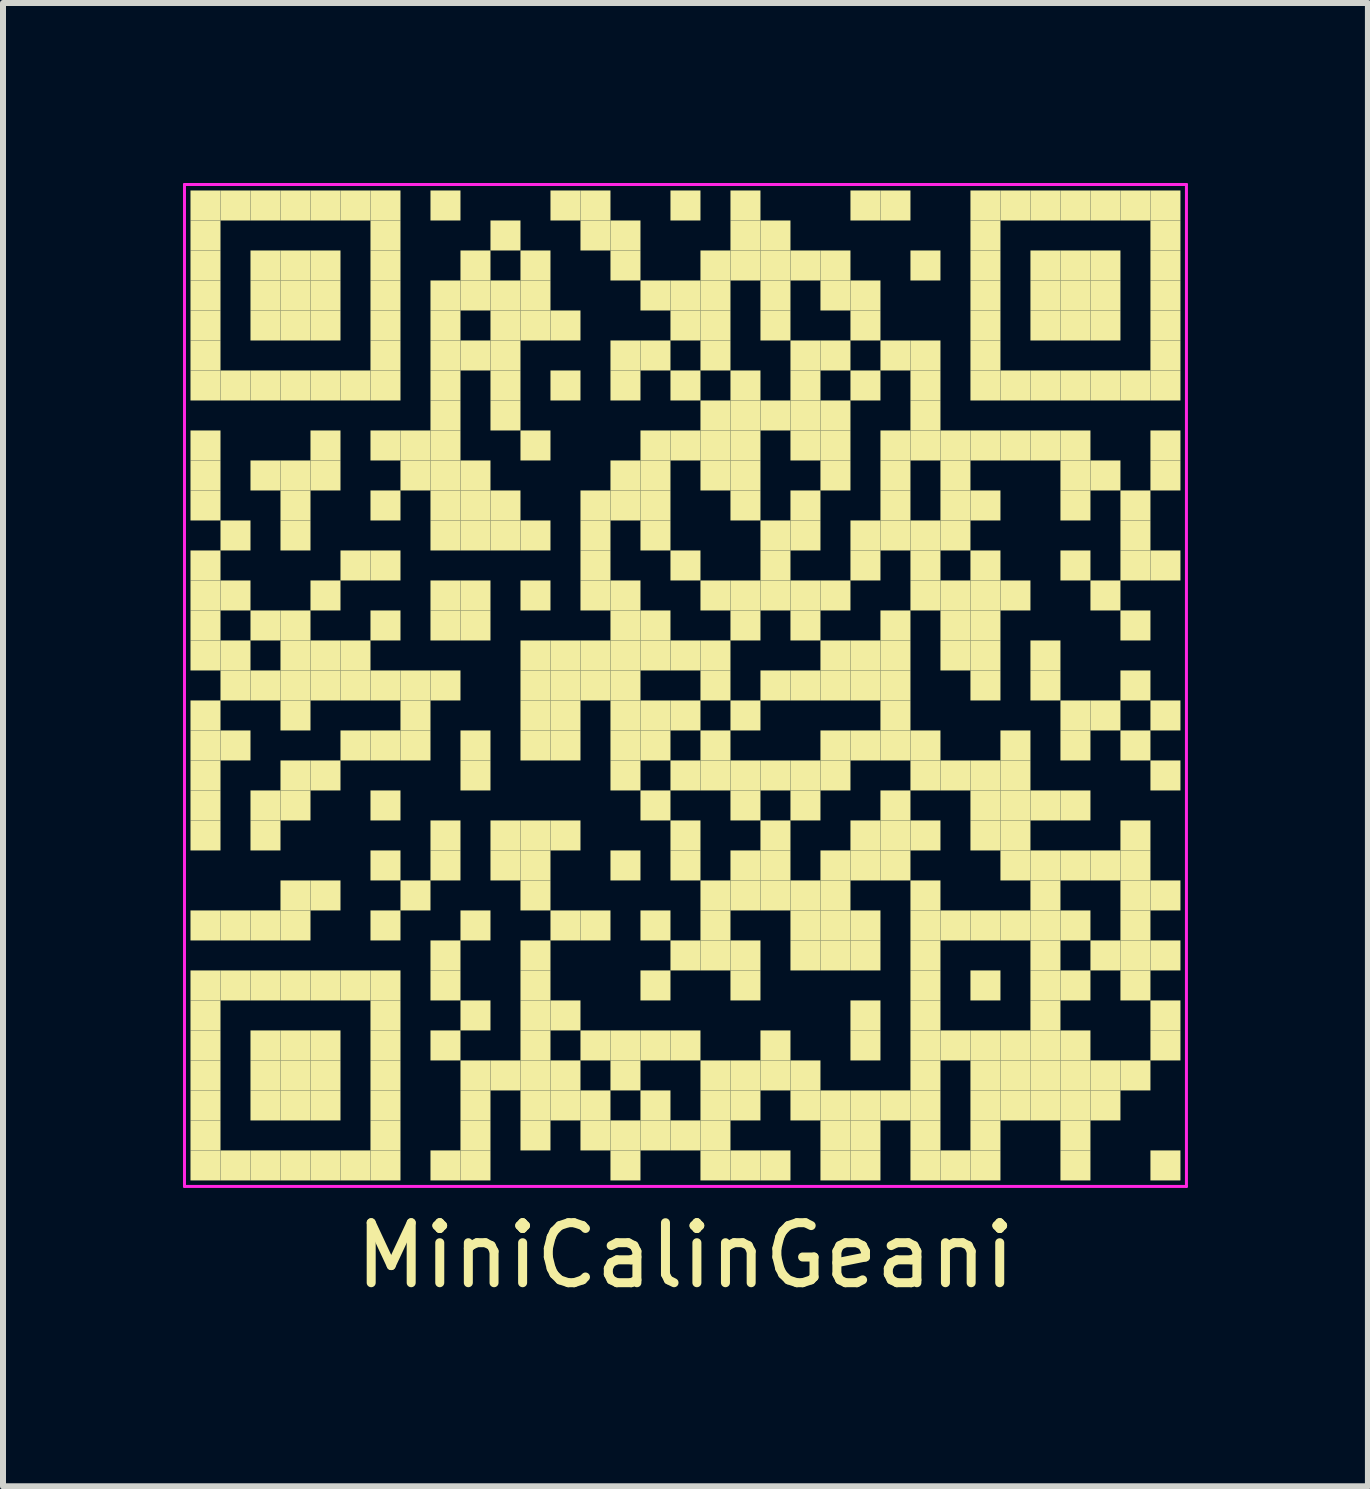
<source format=kicad_pcb>
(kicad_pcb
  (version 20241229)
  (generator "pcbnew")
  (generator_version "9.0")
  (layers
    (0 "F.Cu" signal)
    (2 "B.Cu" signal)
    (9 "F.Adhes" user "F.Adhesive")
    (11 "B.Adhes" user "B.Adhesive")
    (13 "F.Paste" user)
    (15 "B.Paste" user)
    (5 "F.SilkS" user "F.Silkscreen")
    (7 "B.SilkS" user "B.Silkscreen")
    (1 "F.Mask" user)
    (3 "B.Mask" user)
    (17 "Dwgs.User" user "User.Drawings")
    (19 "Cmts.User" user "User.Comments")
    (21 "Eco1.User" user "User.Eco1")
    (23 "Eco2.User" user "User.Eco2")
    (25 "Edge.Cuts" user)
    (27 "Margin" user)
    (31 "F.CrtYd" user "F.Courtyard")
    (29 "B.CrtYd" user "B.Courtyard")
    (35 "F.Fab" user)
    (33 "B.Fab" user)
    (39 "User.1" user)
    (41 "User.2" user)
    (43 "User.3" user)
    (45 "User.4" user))
  (footprint "MiniCalinGeani"
    (layer "F.Cu")
    (at 8.375 8.375)
    (property "Reference" "MiniCalinGeani" (at 0 9.5 0) (layer "F.SilkS") (effects (font (size 1 1) (thickness 0.15))))
    (attr through_hole)
    (fp_poly (pts (xy -7.75 -7.75) (xy -7.75 -8.25) (xy -8.25 -8.25) (xy -8.25 -7.75)) (stroke (width 0) (type solid)) (fill yes) (layer "F.SilkS"))
    (fp_poly (pts (xy -7.75 -7.25) (xy -7.75 -7.75) (xy -8.25 -7.75) (xy -8.25 -7.25)) (stroke (width 0) (type solid)) (fill yes) (layer "F.SilkS"))
    (fp_poly (pts (xy -7.75 -6.75) (xy -7.75 -7.25) (xy -8.25 -7.25) (xy -8.25 -6.75)) (stroke (width 0) (type solid)) (fill yes) (layer "F.SilkS"))
    (fp_poly (pts (xy -7.75 -6.25) (xy -7.75 -6.75) (xy -8.25 -6.75) (xy -8.25 -6.25)) (stroke (width 0) (type solid)) (fill yes) (layer "F.SilkS"))
    (fp_poly (pts (xy -7.75 -5.75) (xy -7.75 -6.25) (xy -8.25 -6.25) (xy -8.25 -5.75)) (stroke (width 0) (type solid)) (fill yes) (layer "F.SilkS"))
    (fp_poly (pts (xy -7.75 -5.25) (xy -7.75 -5.75) (xy -8.25 -5.75) (xy -8.25 -5.25)) (stroke (width 0) (type solid)) (fill yes) (layer "F.SilkS"))
    (fp_poly (pts (xy -7.75 -4.75) (xy -7.75 -5.25) (xy -8.25 -5.25) (xy -8.25 -4.75)) (stroke (width 0) (type solid)) (fill yes) (layer "F.SilkS"))
    (fp_poly (pts (xy -7.75 -3.75) (xy -7.75 -4.25) (xy -8.25 -4.25) (xy -8.25 -3.75)) (stroke (width 0) (type solid)) (fill yes) (layer "F.SilkS"))
    (fp_poly (pts (xy -7.75 -3.25) (xy -7.75 -3.75) (xy -8.25 -3.75) (xy -8.25 -3.25)) (stroke (width 0) (type solid)) (fill yes) (layer "F.SilkS"))
    (fp_poly (pts (xy -7.75 -2.75) (xy -7.75 -3.25) (xy -8.25 -3.25) (xy -8.25 -2.75)) (stroke (width 0) (type solid)) (fill yes) (layer "F.SilkS"))
    (fp_poly (pts (xy -7.75 -1.75) (xy -7.75 -2.25) (xy -8.25 -2.25) (xy -8.25 -1.75)) (stroke (width 0) (type solid)) (fill yes) (layer "F.SilkS"))
    (fp_poly (pts (xy -7.75 -1.25) (xy -7.75 -1.75) (xy -8.25 -1.75) (xy -8.25 -1.25)) (stroke (width 0) (type solid)) (fill yes) (layer "F.SilkS"))
    (fp_poly (pts (xy -7.75 -0.75) (xy -7.75 -1.25) (xy -8.25 -1.25) (xy -8.25 -0.75)) (stroke (width 0) (type solid)) (fill yes) (layer "F.SilkS"))
    (fp_poly (pts (xy -7.75 -0.25) (xy -7.75 -0.75) (xy -8.25 -0.75) (xy -8.25 -0.25)) (stroke (width 0) (type solid)) (fill yes) (layer "F.SilkS"))
    (fp_poly (pts (xy -7.75 0.75) (xy -7.75 0.25) (xy -8.25 0.25) (xy -8.25 0.75)) (stroke (width 0) (type solid)) (fill yes) (layer "F.SilkS"))
    (fp_poly (pts (xy -7.75 1.25) (xy -7.75 0.75) (xy -8.25 0.75) (xy -8.25 1.25)) (stroke (width 0) (type solid)) (fill yes) (layer "F.SilkS"))
    (fp_poly (pts (xy -7.75 1.75) (xy -7.75 1.25) (xy -8.25 1.25) (xy -8.25 1.75)) (stroke (width 0) (type solid)) (fill yes) (layer "F.SilkS"))
    (fp_poly (pts (xy -7.75 2.25) (xy -7.75 1.75) (xy -8.25 1.75) (xy -8.25 2.25)) (stroke (width 0) (type solid)) (fill yes) (layer "F.SilkS"))
    (fp_poly (pts (xy -7.75 2.75) (xy -7.75 2.25) (xy -8.25 2.25) (xy -8.25 2.75)) (stroke (width 0) (type solid)) (fill yes) (layer "F.SilkS"))
    (fp_poly (pts (xy -7.75 4.25) (xy -7.75 3.75) (xy -8.25 3.75) (xy -8.25 4.25)) (stroke (width 0) (type solid)) (fill yes) (layer "F.SilkS"))
    (fp_poly (pts (xy -7.75 5.25) (xy -7.75 4.75) (xy -8.25 4.75) (xy -8.25 5.25)) (stroke (width 0) (type solid)) (fill yes) (layer "F.SilkS"))
    (fp_poly (pts (xy -7.75 5.75) (xy -7.75 5.25) (xy -8.25 5.25) (xy -8.25 5.75)) (stroke (width 0) (type solid)) (fill yes) (layer "F.SilkS"))
    (fp_poly (pts (xy -7.75 6.25) (xy -7.75 5.75) (xy -8.25 5.75) (xy -8.25 6.25)) (stroke (width 0) (type solid)) (fill yes) (layer "F.SilkS"))
    (fp_poly (pts (xy -7.75 6.75) (xy -7.75 6.25) (xy -8.25 6.25) (xy -8.25 6.75)) (stroke (width 0) (type solid)) (fill yes) (layer "F.SilkS"))
    (fp_poly (pts (xy -7.75 7.25) (xy -7.75 6.75) (xy -8.25 6.75) (xy -8.25 7.25)) (stroke (width 0) (type solid)) (fill yes) (layer "F.SilkS"))
    (fp_poly (pts (xy -7.75 7.75) (xy -7.75 7.25) (xy -8.25 7.25) (xy -8.25 7.75)) (stroke (width 0) (type solid)) (fill yes) (layer "F.SilkS"))
    (fp_poly (pts (xy -7.75 8.25) (xy -7.75 7.75) (xy -8.25 7.75) (xy -8.25 8.25)) (stroke (width 0) (type solid)) (fill yes) (layer "F.SilkS"))
    (fp_poly (pts (xy -7.25 -7.75) (xy -7.25 -8.25) (xy -7.75 -8.25) (xy -7.75 -7.75)) (stroke (width 0) (type solid)) (fill yes) (layer "F.SilkS"))
    (fp_poly (pts (xy -7.25 -4.75) (xy -7.25 -5.25) (xy -7.75 -5.25) (xy -7.75 -4.75)) (stroke (width 0) (type solid)) (fill yes) (layer "F.SilkS"))
    (fp_poly (pts (xy -7.25 -2.25) (xy -7.25 -2.75) (xy -7.75 -2.75) (xy -7.75 -2.25)) (stroke (width 0) (type solid)) (fill yes) (layer "F.SilkS"))
    (fp_poly (pts (xy -7.25 -1.25) (xy -7.25 -1.75) (xy -7.75 -1.75) (xy -7.75 -1.25)) (stroke (width 0) (type solid)) (fill yes) (layer "F.SilkS"))
    (fp_poly (pts (xy -7.25 -0.25) (xy -7.25 -0.75) (xy -7.75 -0.75) (xy -7.75 -0.25)) (stroke (width 0) (type solid)) (fill yes) (layer "F.SilkS"))
    (fp_poly (pts (xy -7.25 0.25) (xy -7.25 -0.25) (xy -7.75 -0.25) (xy -7.75 0.25)) (stroke (width 0) (type solid)) (fill yes) (layer "F.SilkS"))
    (fp_poly (pts (xy -7.25 1.25) (xy -7.25 0.75) (xy -7.75 0.75) (xy -7.75 1.25)) (stroke (width 0) (type solid)) (fill yes) (layer "F.SilkS"))
    (fp_poly (pts (xy -7.25 4.25) (xy -7.25 3.75) (xy -7.75 3.75) (xy -7.75 4.25)) (stroke (width 0) (type solid)) (fill yes) (layer "F.SilkS"))
    (fp_poly (pts (xy -7.25 5.25) (xy -7.25 4.75) (xy -7.75 4.75) (xy -7.75 5.25)) (stroke (width 0) (type solid)) (fill yes) (layer "F.SilkS"))
    (fp_poly (pts (xy -7.25 8.25) (xy -7.25 7.75) (xy -7.75 7.75) (xy -7.75 8.25)) (stroke (width 0) (type solid)) (fill yes) (layer "F.SilkS"))
    (fp_poly (pts (xy -6.75 -7.75) (xy -6.75 -8.25) (xy -7.25 -8.25) (xy -7.25 -7.75)) (stroke (width 0) (type solid)) (fill yes) (layer "F.SilkS"))
    (fp_poly (pts (xy -6.75 -6.75) (xy -6.75 -7.25) (xy -7.25 -7.25) (xy -7.25 -6.75)) (stroke (width 0) (type solid)) (fill yes) (layer "F.SilkS"))
    (fp_poly (pts (xy -6.75 -6.25) (xy -6.75 -6.75) (xy -7.25 -6.75) (xy -7.25 -6.25)) (stroke (width 0) (type solid)) (fill yes) (layer "F.SilkS"))
    (fp_poly (pts (xy -6.75 -5.75) (xy -6.75 -6.25) (xy -7.25 -6.25) (xy -7.25 -5.75)) (stroke (width 0) (type solid)) (fill yes) (layer "F.SilkS"))
    (fp_poly (pts (xy -6.75 -4.75) (xy -6.75 -5.25) (xy -7.25 -5.25) (xy -7.25 -4.75)) (stroke (width 0) (type solid)) (fill yes) (layer "F.SilkS"))
    (fp_poly (pts (xy -6.75 -3.25) (xy -6.75 -3.75) (xy -7.25 -3.75) (xy -7.25 -3.25)) (stroke (width 0) (type solid)) (fill yes) (layer "F.SilkS"))
    (fp_poly (pts (xy -6.75 -0.75) (xy -6.75 -1.25) (xy -7.25 -1.25) (xy -7.25 -0.75)) (stroke (width 0) (type solid)) (fill yes) (layer "F.SilkS"))
    (fp_poly (pts (xy -6.75 0.25) (xy -6.75 -0.25) (xy -7.25 -0.25) (xy -7.25 0.25)) (stroke (width 0) (type solid)) (fill yes) (layer "F.SilkS"))
    (fp_poly (pts (xy -6.75 2.25) (xy -6.75 1.75) (xy -7.25 1.75) (xy -7.25 2.25)) (stroke (width 0) (type solid)) (fill yes) (layer "F.SilkS"))
    (fp_poly (pts (xy -6.75 2.75) (xy -6.75 2.25) (xy -7.25 2.25) (xy -7.25 2.75)) (stroke (width 0) (type solid)) (fill yes) (layer "F.SilkS"))
    (fp_poly (pts (xy -6.75 4.25) (xy -6.75 3.75) (xy -7.25 3.75) (xy -7.25 4.25)) (stroke (width 0) (type solid)) (fill yes) (layer "F.SilkS"))
    (fp_poly (pts (xy -6.75 5.25) (xy -6.75 4.75) (xy -7.25 4.75) (xy -7.25 5.25)) (stroke (width 0) (type solid)) (fill yes) (layer "F.SilkS"))
    (fp_poly (pts (xy -6.75 6.25) (xy -6.75 5.75) (xy -7.25 5.75) (xy -7.25 6.25)) (stroke (width 0) (type solid)) (fill yes) (layer "F.SilkS"))
    (fp_poly (pts (xy -6.75 6.75) (xy -6.75 6.25) (xy -7.25 6.25) (xy -7.25 6.75)) (stroke (width 0) (type solid)) (fill yes) (layer "F.SilkS"))
    (fp_poly (pts (xy -6.75 7.25) (xy -6.75 6.75) (xy -7.25 6.75) (xy -7.25 7.25)) (stroke (width 0) (type solid)) (fill yes) (layer "F.SilkS"))
    (fp_poly (pts (xy -6.75 8.25) (xy -6.75 7.75) (xy -7.25 7.75) (xy -7.25 8.25)) (stroke (width 0) (type solid)) (fill yes) (layer "F.SilkS"))
    (fp_poly (pts (xy -6.25 -7.75) (xy -6.25 -8.25) (xy -6.75 -8.25) (xy -6.75 -7.75)) (stroke (width 0) (type solid)) (fill yes) (layer "F.SilkS"))
    (fp_poly (pts (xy -6.25 -6.75) (xy -6.25 -7.25) (xy -6.75 -7.25) (xy -6.75 -6.75)) (stroke (width 0) (type solid)) (fill yes) (layer "F.SilkS"))
    (fp_poly (pts (xy -6.25 -6.25) (xy -6.25 -6.75) (xy -6.75 -6.75) (xy -6.75 -6.25)) (stroke (width 0) (type solid)) (fill yes) (layer "F.SilkS"))
    (fp_poly (pts (xy -6.25 -5.75) (xy -6.25 -6.25) (xy -6.75 -6.25) (xy -6.75 -5.75)) (stroke (width 0) (type solid)) (fill yes) (layer "F.SilkS"))
    (fp_poly (pts (xy -6.25 -4.75) (xy -6.25 -5.25) (xy -6.75 -5.25) (xy -6.75 -4.75)) (stroke (width 0) (type solid)) (fill yes) (layer "F.SilkS"))
    (fp_poly (pts (xy -6.25 -3.25) (xy -6.25 -3.75) (xy -6.75 -3.75) (xy -6.75 -3.25)) (stroke (width 0) (type solid)) (fill yes) (layer "F.SilkS"))
    (fp_poly (pts (xy -6.25 -2.75) (xy -6.25 -3.25) (xy -6.75 -3.25) (xy -6.75 -2.75)) (stroke (width 0) (type solid)) (fill yes) (layer "F.SilkS"))
    (fp_poly (pts (xy -6.25 -2.25) (xy -6.25 -2.75) (xy -6.75 -2.75) (xy -6.75 -2.25)) (stroke (width 0) (type solid)) (fill yes) (layer "F.SilkS"))
    (fp_poly (pts (xy -6.25 -0.75) (xy -6.25 -1.25) (xy -6.75 -1.25) (xy -6.75 -0.75)) (stroke (width 0) (type solid)) (fill yes) (layer "F.SilkS"))
    (fp_poly (pts (xy -6.25 -0.25) (xy -6.25 -0.75) (xy -6.75 -0.75) (xy -6.75 -0.25)) (stroke (width 0) (type solid)) (fill yes) (layer "F.SilkS"))
    (fp_poly (pts (xy -6.25 0.25) (xy -6.25 -0.25) (xy -6.75 -0.25) (xy -6.75 0.25)) (stroke (width 0) (type solid)) (fill yes) (layer "F.SilkS"))
    (fp_poly (pts (xy -6.25 0.75) (xy -6.25 0.25) (xy -6.75 0.25) (xy -6.75 0.75)) (stroke (width 0) (type solid)) (fill yes) (layer "F.SilkS"))
    (fp_poly (pts (xy -6.25 1.75) (xy -6.25 1.25) (xy -6.75 1.25) (xy -6.75 1.75)) (stroke (width 0) (type solid)) (fill yes) (layer "F.SilkS"))
    (fp_poly (pts (xy -6.25 2.25) (xy -6.25 1.75) (xy -6.75 1.75) (xy -6.75 2.25)) (stroke (width 0) (type solid)) (fill yes) (layer "F.SilkS"))
    (fp_poly (pts (xy -6.25 3.75) (xy -6.25 3.25) (xy -6.75 3.25) (xy -6.75 3.75)) (stroke (width 0) (type solid)) (fill yes) (layer "F.SilkS"))
    (fp_poly (pts (xy -6.25 4.25) (xy -6.25 3.75) (xy -6.75 3.75) (xy -6.75 4.25)) (stroke (width 0) (type solid)) (fill yes) (layer "F.SilkS"))
    (fp_poly (pts (xy -6.25 5.25) (xy -6.25 4.75) (xy -6.75 4.75) (xy -6.75 5.25)) (stroke (width 0) (type solid)) (fill yes) (layer "F.SilkS"))
    (fp_poly (pts (xy -6.25 6.25) (xy -6.25 5.75) (xy -6.75 5.75) (xy -6.75 6.25)) (stroke (width 0) (type solid)) (fill yes) (layer "F.SilkS"))
    (fp_poly (pts (xy -6.25 6.75) (xy -6.25 6.25) (xy -6.75 6.25) (xy -6.75 6.75)) (stroke (width 0) (type solid)) (fill yes) (layer "F.SilkS"))
    (fp_poly (pts (xy -6.25 7.25) (xy -6.25 6.75) (xy -6.75 6.75) (xy -6.75 7.25)) (stroke (width 0) (type solid)) (fill yes) (layer "F.SilkS"))
    (fp_poly (pts (xy -6.25 8.25) (xy -6.25 7.75) (xy -6.75 7.75) (xy -6.75 8.25)) (stroke (width 0) (type solid)) (fill yes) (layer "F.SilkS"))
    (fp_poly (pts (xy -5.75 -7.75) (xy -5.75 -8.25) (xy -6.25 -8.25) (xy -6.25 -7.75)) (stroke (width 0) (type solid)) (fill yes) (layer "F.SilkS"))
    (fp_poly (pts (xy -5.75 -6.75) (xy -5.75 -7.25) (xy -6.25 -7.25) (xy -6.25 -6.75)) (stroke (width 0) (type solid)) (fill yes) (layer "F.SilkS"))
    (fp_poly (pts (xy -5.75 -6.25) (xy -5.75 -6.75) (xy -6.25 -6.75) (xy -6.25 -6.25)) (stroke (width 0) (type solid)) (fill yes) (layer "F.SilkS"))
    (fp_poly (pts (xy -5.75 -5.75) (xy -5.75 -6.25) (xy -6.25 -6.25) (xy -6.25 -5.75)) (stroke (width 0) (type solid)) (fill yes) (layer "F.SilkS"))
    (fp_poly (pts (xy -5.75 -4.75) (xy -5.75 -5.25) (xy -6.25 -5.25) (xy -6.25 -4.75)) (stroke (width 0) (type solid)) (fill yes) (layer "F.SilkS"))
    (fp_poly (pts (xy -5.75 -3.75) (xy -5.75 -4.25) (xy -6.25 -4.25) (xy -6.25 -3.75)) (stroke (width 0) (type solid)) (fill yes) (layer "F.SilkS"))
    (fp_poly (pts (xy -5.75 -3.25) (xy -5.75 -3.75) (xy -6.25 -3.75) (xy -6.25 -3.25)) (stroke (width 0) (type solid)) (fill yes) (layer "F.SilkS"))
    (fp_poly (pts (xy -5.75 -1.25) (xy -5.75 -1.75) (xy -6.25 -1.75) (xy -6.25 -1.25)) (stroke (width 0) (type solid)) (fill yes) (layer "F.SilkS"))
    (fp_poly (pts (xy -5.75 -0.25) (xy -5.75 -0.75) (xy -6.25 -0.75) (xy -6.25 -0.25)) (stroke (width 0) (type solid)) (fill yes) (layer "F.SilkS"))
    (fp_poly (pts (xy -5.75 0.25) (xy -5.75 -0.25) (xy -6.25 -0.25) (xy -6.25 0.25)) (stroke (width 0) (type solid)) (fill yes) (layer "F.SilkS"))
    (fp_poly (pts (xy -5.75 1.75) (xy -5.75 1.25) (xy -6.25 1.25) (xy -6.25 1.75)) (stroke (width 0) (type solid)) (fill yes) (layer "F.SilkS"))
    (fp_poly (pts (xy -5.75 3.75) (xy -5.75 3.25) (xy -6.25 3.25) (xy -6.25 3.75)) (stroke (width 0) (type solid)) (fill yes) (layer "F.SilkS"))
    (fp_poly (pts (xy -5.75 5.25) (xy -5.75 4.75) (xy -6.25 4.75) (xy -6.25 5.25)) (stroke (width 0) (type solid)) (fill yes) (layer "F.SilkS"))
    (fp_poly (pts (xy -5.75 6.25) (xy -5.75 5.75) (xy -6.25 5.75) (xy -6.25 6.25)) (stroke (width 0) (type solid)) (fill yes) (layer "F.SilkS"))
    (fp_poly (pts (xy -5.75 6.75) (xy -5.75 6.25) (xy -6.25 6.25) (xy -6.25 6.75)) (stroke (width 0) (type solid)) (fill yes) (layer "F.SilkS"))
    (fp_poly (pts (xy -5.75 7.25) (xy -5.75 6.75) (xy -6.25 6.75) (xy -6.25 7.25)) (stroke (width 0) (type solid)) (fill yes) (layer "F.SilkS"))
    (fp_poly (pts (xy -5.75 8.25) (xy -5.75 7.75) (xy -6.25 7.75) (xy -6.25 8.25)) (stroke (width 0) (type solid)) (fill yes) (layer "F.SilkS"))
    (fp_poly (pts (xy -5.25 -7.75) (xy -5.25 -8.25) (xy -5.75 -8.25) (xy -5.75 -7.75)) (stroke (width 0) (type solid)) (fill yes) (layer "F.SilkS"))
    (fp_poly (pts (xy -5.25 -4.75) (xy -5.25 -5.25) (xy -5.75 -5.25) (xy -5.75 -4.75)) (stroke (width 0) (type solid)) (fill yes) (layer "F.SilkS"))
    (fp_poly (pts (xy -5.25 -1.75) (xy -5.25 -2.25) (xy -5.75 -2.25) (xy -5.75 -1.75)) (stroke (width 0) (type solid)) (fill yes) (layer "F.SilkS"))
    (fp_poly (pts (xy -5.25 -0.25) (xy -5.25 -0.75) (xy -5.75 -0.75) (xy -5.75 -0.25)) (stroke (width 0) (type solid)) (fill yes) (layer "F.SilkS"))
    (fp_poly (pts (xy -5.25 0.25) (xy -5.25 -0.25) (xy -5.75 -0.25) (xy -5.75 0.25)) (stroke (width 0) (type solid)) (fill yes) (layer "F.SilkS"))
    (fp_poly (pts (xy -5.25 1.25) (xy -5.25 0.75) (xy -5.75 0.75) (xy -5.75 1.25)) (stroke (width 0) (type solid)) (fill yes) (layer "F.SilkS"))
    (fp_poly (pts (xy -5.25 5.25) (xy -5.25 4.75) (xy -5.75 4.75) (xy -5.75 5.25)) (stroke (width 0) (type solid)) (fill yes) (layer "F.SilkS"))
    (fp_poly (pts (xy -5.25 8.25) (xy -5.25 7.75) (xy -5.75 7.75) (xy -5.75 8.25)) (stroke (width 0) (type solid)) (fill yes) (layer "F.SilkS"))
    (fp_poly (pts (xy -4.75 -7.75) (xy -4.75 -8.25) (xy -5.25 -8.25) (xy -5.25 -7.75)) (stroke (width 0) (type solid)) (fill yes) (layer "F.SilkS"))
    (fp_poly (pts (xy -4.75 -7.25) (xy -4.75 -7.75) (xy -5.25 -7.75) (xy -5.25 -7.25)) (stroke (width 0) (type solid)) (fill yes) (layer "F.SilkS"))
    (fp_poly (pts (xy -4.75 -6.75) (xy -4.75 -7.25) (xy -5.25 -7.25) (xy -5.25 -6.75)) (stroke (width 0) (type solid)) (fill yes) (layer "F.SilkS"))
    (fp_poly (pts (xy -4.75 -6.25) (xy -4.75 -6.75) (xy -5.25 -6.75) (xy -5.25 -6.25)) (stroke (width 0) (type solid)) (fill yes) (layer "F.SilkS"))
    (fp_poly (pts (xy -4.75 -5.75) (xy -4.75 -6.25) (xy -5.25 -6.25) (xy -5.25 -5.75)) (stroke (width 0) (type solid)) (fill yes) (layer "F.SilkS"))
    (fp_poly (pts (xy -4.75 -5.25) (xy -4.75 -5.75) (xy -5.25 -5.75) (xy -5.25 -5.25)) (stroke (width 0) (type solid)) (fill yes) (layer "F.SilkS"))
    (fp_poly (pts (xy -4.75 -4.75) (xy -4.75 -5.25) (xy -5.25 -5.25) (xy -5.25 -4.75)) (stroke (width 0) (type solid)) (fill yes) (layer "F.SilkS"))
    (fp_poly (pts (xy -4.75 -3.75) (xy -4.75 -4.25) (xy -5.25 -4.25) (xy -5.25 -3.75)) (stroke (width 0) (type solid)) (fill yes) (layer "F.SilkS"))
    (fp_poly (pts (xy -4.75 -2.75) (xy -4.75 -3.25) (xy -5.25 -3.25) (xy -5.25 -2.75)) (stroke (width 0) (type solid)) (fill yes) (layer "F.SilkS"))
    (fp_poly (pts (xy -4.75 -1.75) (xy -4.75 -2.25) (xy -5.25 -2.25) (xy -5.25 -1.75)) (stroke (width 0) (type solid)) (fill yes) (layer "F.SilkS"))
    (fp_poly (pts (xy -4.75 -0.75) (xy -4.75 -1.25) (xy -5.25 -1.25) (xy -5.25 -0.75)) (stroke (width 0) (type solid)) (fill yes) (layer "F.SilkS"))
    (fp_poly (pts (xy -4.75 0.25) (xy -4.75 -0.25) (xy -5.25 -0.25) (xy -5.25 0.25)) (stroke (width 0) (type solid)) (fill yes) (layer "F.SilkS"))
    (fp_poly (pts (xy -4.75 1.25) (xy -4.75 0.75) (xy -5.25 0.75) (xy -5.25 1.25)) (stroke (width 0) (type solid)) (fill yes) (layer "F.SilkS"))
    (fp_poly (pts (xy -4.75 2.25) (xy -4.75 1.75) (xy -5.25 1.75) (xy -5.25 2.25)) (stroke (width 0) (type solid)) (fill yes) (layer "F.SilkS"))
    (fp_poly (pts (xy -4.75 3.25) (xy -4.75 2.75) (xy -5.25 2.75) (xy -5.25 3.25)) (stroke (width 0) (type solid)) (fill yes) (layer "F.SilkS"))
    (fp_poly (pts (xy -4.75 4.25) (xy -4.75 3.75) (xy -5.25 3.75) (xy -5.25 4.25)) (stroke (width 0) (type solid)) (fill yes) (layer "F.SilkS"))
    (fp_poly (pts (xy -4.75 5.25) (xy -4.75 4.75) (xy -5.25 4.75) (xy -5.25 5.25)) (stroke (width 0) (type solid)) (fill yes) (layer "F.SilkS"))
    (fp_poly (pts (xy -4.75 5.75) (xy -4.75 5.25) (xy -5.25 5.25) (xy -5.25 5.75)) (stroke (width 0) (type solid)) (fill yes) (layer "F.SilkS"))
    (fp_poly (pts (xy -4.75 6.25) (xy -4.75 5.75) (xy -5.25 5.75) (xy -5.25 6.25)) (stroke (width 0) (type solid)) (fill yes) (layer "F.SilkS"))
    (fp_poly (pts (xy -4.75 6.75) (xy -4.75 6.25) (xy -5.25 6.25) (xy -5.25 6.75)) (stroke (width 0) (type solid)) (fill yes) (layer "F.SilkS"))
    (fp_poly (pts (xy -4.75 7.25) (xy -4.75 6.75) (xy -5.25 6.75) (xy -5.25 7.25)) (stroke (width 0) (type solid)) (fill yes) (layer "F.SilkS"))
    (fp_poly (pts (xy -4.75 7.75) (xy -4.75 7.25) (xy -5.25 7.25) (xy -5.25 7.75)) (stroke (width 0) (type solid)) (fill yes) (layer "F.SilkS"))
    (fp_poly (pts (xy -4.75 8.25) (xy -4.75 7.75) (xy -5.25 7.75) (xy -5.25 8.25)) (stroke (width 0) (type solid)) (fill yes) (layer "F.SilkS"))
    (fp_poly (pts (xy -4.25 -3.75) (xy -4.25 -4.25) (xy -4.75 -4.25) (xy -4.75 -3.75)) (stroke (width 0) (type solid)) (fill yes) (layer "F.SilkS"))
    (fp_poly (pts (xy -4.25 -3.25) (xy -4.25 -3.75) (xy -4.75 -3.75) (xy -4.75 -3.25)) (stroke (width 0) (type solid)) (fill yes) (layer "F.SilkS"))
    (fp_poly (pts (xy -4.25 0.25) (xy -4.25 -0.25) (xy -4.75 -0.25) (xy -4.75 0.25)) (stroke (width 0) (type solid)) (fill yes) (layer "F.SilkS"))
    (fp_poly (pts (xy -4.25 0.75) (xy -4.25 0.25) (xy -4.75 0.25) (xy -4.75 0.75)) (stroke (width 0) (type solid)) (fill yes) (layer "F.SilkS"))
    (fp_poly (pts (xy -4.25 1.25) (xy -4.25 0.75) (xy -4.75 0.75) (xy -4.75 1.25)) (stroke (width 0) (type solid)) (fill yes) (layer "F.SilkS"))
    (fp_poly (pts (xy -4.25 3.75) (xy -4.25 3.25) (xy -4.75 3.25) (xy -4.75 3.75)) (stroke (width 0) (type solid)) (fill yes) (layer "F.SilkS"))
    (fp_poly (pts (xy -3.75 -7.75) (xy -3.75 -8.25) (xy -4.25 -8.25) (xy -4.25 -7.75)) (stroke (width 0) (type solid)) (fill yes) (layer "F.SilkS"))
    (fp_poly (pts (xy -3.75 -6.25) (xy -3.75 -6.75) (xy -4.25 -6.75) (xy -4.25 -6.25)) (stroke (width 0) (type solid)) (fill yes) (layer "F.SilkS"))
    (fp_poly (pts (xy -3.75 -5.75) (xy -3.75 -6.25) (xy -4.25 -6.25) (xy -4.25 -5.75)) (stroke (width 0) (type solid)) (fill yes) (layer "F.SilkS"))
    (fp_poly (pts (xy -3.75 -5.25) (xy -3.75 -5.75) (xy -4.25 -5.75) (xy -4.25 -5.25)) (stroke (width 0) (type solid)) (fill yes) (layer "F.SilkS"))
    (fp_poly (pts (xy -3.75 -4.75) (xy -3.75 -5.25) (xy -4.25 -5.25) (xy -4.25 -4.75)) (stroke (width 0) (type solid)) (fill yes) (layer "F.SilkS"))
    (fp_poly (pts (xy -3.75 -4.25) (xy -3.75 -4.75) (xy -4.25 -4.75) (xy -4.25 -4.25)) (stroke (width 0) (type solid)) (fill yes) (layer "F.SilkS"))
    (fp_poly (pts (xy -3.75 -3.75) (xy -3.75 -4.25) (xy -4.25 -4.25) (xy -4.25 -3.75)) (stroke (width 0) (type solid)) (fill yes) (layer "F.SilkS"))
    (fp_poly (pts (xy -3.75 -3.25) (xy -3.75 -3.75) (xy -4.25 -3.75) (xy -4.25 -3.25)) (stroke (width 0) (type solid)) (fill yes) (layer "F.SilkS"))
    (fp_poly (pts (xy -3.75 -2.75) (xy -3.75 -3.25) (xy -4.25 -3.25) (xy -4.25 -2.75)) (stroke (width 0) (type solid)) (fill yes) (layer "F.SilkS"))
    (fp_poly (pts (xy -3.75 -2.25) (xy -3.75 -2.75) (xy -4.25 -2.75) (xy -4.25 -2.25)) (stroke (width 0) (type solid)) (fill yes) (layer "F.SilkS"))
    (fp_poly (pts (xy -3.75 -1.25) (xy -3.75 -1.75) (xy -4.25 -1.75) (xy -4.25 -1.25)) (stroke (width 0) (type solid)) (fill yes) (layer "F.SilkS"))
    (fp_poly (pts (xy -3.75 -0.75) (xy -3.75 -1.25) (xy -4.25 -1.25) (xy -4.25 -0.75)) (stroke (width 0) (type solid)) (fill yes) (layer "F.SilkS"))
    (fp_poly (pts (xy -3.75 0.25) (xy -3.75 -0.25) (xy -4.25 -0.25) (xy -4.25 0.25)) (stroke (width 0) (type solid)) (fill yes) (layer "F.SilkS"))
    (fp_poly (pts (xy -3.75 2.75) (xy -3.75 2.25) (xy -4.25 2.25) (xy -4.25 2.75)) (stroke (width 0) (type solid)) (fill yes) (layer "F.SilkS"))
    (fp_poly (pts (xy -3.75 3.25) (xy -3.75 2.75) (xy -4.25 2.75) (xy -4.25 3.25)) (stroke (width 0) (type solid)) (fill yes) (layer "F.SilkS"))
    (fp_poly (pts (xy -3.75 4.75) (xy -3.75 4.25) (xy -4.25 4.25) (xy -4.25 4.75)) (stroke (width 0) (type solid)) (fill yes) (layer "F.SilkS"))
    (fp_poly (pts (xy -3.75 5.25) (xy -3.75 4.75) (xy -4.25 4.75) (xy -4.25 5.25)) (stroke (width 0) (type solid)) (fill yes) (layer "F.SilkS"))
    (fp_poly (pts (xy -3.75 6.25) (xy -3.75 5.75) (xy -4.25 5.75) (xy -4.25 6.25)) (stroke (width 0) (type solid)) (fill yes) (layer "F.SilkS"))
    (fp_poly (pts (xy -3.75 8.25) (xy -3.75 7.75) (xy -4.25 7.75) (xy -4.25 8.25)) (stroke (width 0) (type solid)) (fill yes) (layer "F.SilkS"))
    (fp_poly (pts (xy -3.25 -6.75) (xy -3.25 -7.25) (xy -3.75 -7.25) (xy -3.75 -6.75)) (stroke (width 0) (type solid)) (fill yes) (layer "F.SilkS"))
    (fp_poly (pts (xy -3.25 -6.25) (xy -3.25 -6.75) (xy -3.75 -6.75) (xy -3.75 -6.25)) (stroke (width 0) (type solid)) (fill yes) (layer "F.SilkS"))
    (fp_poly (pts (xy -3.25 -5.25) (xy -3.25 -5.75) (xy -3.75 -5.75) (xy -3.75 -5.25)) (stroke (width 0) (type solid)) (fill yes) (layer "F.SilkS"))
    (fp_poly (pts (xy -3.25 -3.25) (xy -3.25 -3.75) (xy -3.75 -3.75) (xy -3.75 -3.25)) (stroke (width 0) (type solid)) (fill yes) (layer "F.SilkS"))
    (fp_poly (pts (xy -3.25 -2.75) (xy -3.25 -3.25) (xy -3.75 -3.25) (xy -3.75 -2.75)) (stroke (width 0) (type solid)) (fill yes) (layer "F.SilkS"))
    (fp_poly (pts (xy -3.25 -2.25) (xy -3.25 -2.75) (xy -3.75 -2.75) (xy -3.75 -2.25)) (stroke (width 0) (type solid)) (fill yes) (layer "F.SilkS"))
    (fp_poly (pts (xy -3.25 -1.25) (xy -3.25 -1.75) (xy -3.75 -1.75) (xy -3.75 -1.25)) (stroke (width 0) (type solid)) (fill yes) (layer "F.SilkS"))
    (fp_poly (pts (xy -3.25 -0.75) (xy -3.25 -1.25) (xy -3.75 -1.25) (xy -3.75 -0.75)) (stroke (width 0) (type solid)) (fill yes) (layer "F.SilkS"))
    (fp_poly (pts (xy -3.25 1.25) (xy -3.25 0.75) (xy -3.75 0.75) (xy -3.75 1.25)) (stroke (width 0) (type solid)) (fill yes) (layer "F.SilkS"))
    (fp_poly (pts (xy -3.25 1.75) (xy -3.25 1.25) (xy -3.75 1.25) (xy -3.75 1.75)) (stroke (width 0) (type solid)) (fill yes) (layer "F.SilkS"))
    (fp_poly (pts (xy -3.25 4.25) (xy -3.25 3.75) (xy -3.75 3.75) (xy -3.75 4.25)) (stroke (width 0) (type solid)) (fill yes) (layer "F.SilkS"))
    (fp_poly (pts (xy -3.25 5.75) (xy -3.25 5.25) (xy -3.75 5.25) (xy -3.75 5.75)) (stroke (width 0) (type solid)) (fill yes) (layer "F.SilkS"))
    (fp_poly (pts (xy -3.25 6.75) (xy -3.25 6.25) (xy -3.75 6.25) (xy -3.75 6.75)) (stroke (width 0) (type solid)) (fill yes) (layer "F.SilkS"))
    (fp_poly (pts (xy -3.25 7.25) (xy -3.25 6.75) (xy -3.75 6.75) (xy -3.75 7.25)) (stroke (width 0) (type solid)) (fill yes) (layer "F.SilkS"))
    (fp_poly (pts (xy -3.25 7.75) (xy -3.25 7.25) (xy -3.75 7.25) (xy -3.75 7.75)) (stroke (width 0) (type solid)) (fill yes) (layer "F.SilkS"))
    (fp_poly (pts (xy -3.25 8.25) (xy -3.25 7.75) (xy -3.75 7.75) (xy -3.75 8.25)) (stroke (width 0) (type solid)) (fill yes) (layer "F.SilkS"))
    (fp_poly (pts (xy -2.75 -7.25) (xy -2.75 -7.75) (xy -3.25 -7.75) (xy -3.25 -7.25)) (stroke (width 0) (type solid)) (fill yes) (layer "F.SilkS"))
    (fp_poly (pts (xy -2.75 -6.25) (xy -2.75 -6.75) (xy -3.25 -6.75) (xy -3.25 -6.25)) (stroke (width 0) (type solid)) (fill yes) (layer "F.SilkS"))
    (fp_poly (pts (xy -2.75 -5.75) (xy -2.75 -6.25) (xy -3.25 -6.25) (xy -3.25 -5.75)) (stroke (width 0) (type solid)) (fill yes) (layer "F.SilkS"))
    (fp_poly (pts (xy -2.75 -5.25) (xy -2.75 -5.75) (xy -3.25 -5.75) (xy -3.25 -5.25)) (stroke (width 0) (type solid)) (fill yes) (layer "F.SilkS"))
    (fp_poly (pts (xy -2.75 -4.75) (xy -2.75 -5.25) (xy -3.25 -5.25) (xy -3.25 -4.75)) (stroke (width 0) (type solid)) (fill yes) (layer "F.SilkS"))
    (fp_poly (pts (xy -2.75 -4.25) (xy -2.75 -4.75) (xy -3.25 -4.75) (xy -3.25 -4.25)) (stroke (width 0) (type solid)) (fill yes) (layer "F.SilkS"))
    (fp_poly (pts (xy -2.75 -2.75) (xy -2.75 -3.25) (xy -3.25 -3.25) (xy -3.25 -2.75)) (stroke (width 0) (type solid)) (fill yes) (layer "F.SilkS"))
    (fp_poly (pts (xy -2.75 -2.25) (xy -2.75 -2.75) (xy -3.25 -2.75) (xy -3.25 -2.25)) (stroke (width 0) (type solid)) (fill yes) (layer "F.SilkS"))
    (fp_poly (pts (xy -2.75 2.75) (xy -2.75 2.25) (xy -3.25 2.25) (xy -3.25 2.75)) (stroke (width 0) (type solid)) (fill yes) (layer "F.SilkS"))
    (fp_poly (pts (xy -2.75 3.25) (xy -2.75 2.75) (xy -3.25 2.75) (xy -3.25 3.25)) (stroke (width 0) (type solid)) (fill yes) (layer "F.SilkS"))
    (fp_poly (pts (xy -2.75 6.75) (xy -2.75 6.25) (xy -3.25 6.25) (xy -3.25 6.75)) (stroke (width 0) (type solid)) (fill yes) (layer "F.SilkS"))
    (fp_poly (pts (xy -2.25 -6.75) (xy -2.25 -7.25) (xy -2.75 -7.25) (xy -2.75 -6.75)) (stroke (width 0) (type solid)) (fill yes) (layer "F.SilkS"))
    (fp_poly (pts (xy -2.25 -6.25) (xy -2.25 -6.75) (xy -2.75 -6.75) (xy -2.75 -6.25)) (stroke (width 0) (type solid)) (fill yes) (layer "F.SilkS"))
    (fp_poly (pts (xy -2.25 -5.75) (xy -2.25 -6.25) (xy -2.75 -6.25) (xy -2.75 -5.75)) (stroke (width 0) (type solid)) (fill yes) (layer "F.SilkS"))
    (fp_poly (pts (xy -2.25 -3.75) (xy -2.25 -4.25) (xy -2.75 -4.25) (xy -2.75 -3.75)) (stroke (width 0) (type solid)) (fill yes) (layer "F.SilkS"))
    (fp_poly (pts (xy -2.25 -2.25) (xy -2.25 -2.75) (xy -2.75 -2.75) (xy -2.75 -2.25)) (stroke (width 0) (type solid)) (fill yes) (layer "F.SilkS"))
    (fp_poly (pts (xy -2.25 -1.25) (xy -2.25 -1.75) (xy -2.75 -1.75) (xy -2.75 -1.25)) (stroke (width 0) (type solid)) (fill yes) (layer "F.SilkS"))
    (fp_poly (pts (xy -2.25 -0.25) (xy -2.25 -0.75) (xy -2.75 -0.75) (xy -2.75 -0.25)) (stroke (width 0) (type solid)) (fill yes) (layer "F.SilkS"))
    (fp_poly (pts (xy -2.25 0.25) (xy -2.25 -0.25) (xy -2.75 -0.25) (xy -2.75 0.25)) (stroke (width 0) (type solid)) (fill yes) (layer "F.SilkS"))
    (fp_poly (pts (xy -2.25 0.75) (xy -2.25 0.25) (xy -2.75 0.25) (xy -2.75 0.75)) (stroke (width 0) (type solid)) (fill yes) (layer "F.SilkS"))
    (fp_poly (pts (xy -2.25 1.25) (xy -2.25 0.75) (xy -2.75 0.75) (xy -2.75 1.25)) (stroke (width 0) (type solid)) (fill yes) (layer "F.SilkS"))
    (fp_poly (pts (xy -2.25 2.75) (xy -2.25 2.25) (xy -2.75 2.25) (xy -2.75 2.75)) (stroke (width 0) (type solid)) (fill yes) (layer "F.SilkS"))
    (fp_poly (pts (xy -2.25 3.25) (xy -2.25 2.75) (xy -2.75 2.75) (xy -2.75 3.25)) (stroke (width 0) (type solid)) (fill yes) (layer "F.SilkS"))
    (fp_poly (pts (xy -2.25 3.75) (xy -2.25 3.25) (xy -2.75 3.25) (xy -2.75 3.75)) (stroke (width 0) (type solid)) (fill yes) (layer "F.SilkS"))
    (fp_poly (pts (xy -2.25 4.75) (xy -2.25 4.25) (xy -2.75 4.25) (xy -2.75 4.75)) (stroke (width 0) (type solid)) (fill yes) (layer "F.SilkS"))
    (fp_poly (pts (xy -2.25 5.25) (xy -2.25 4.75) (xy -2.75 4.75) (xy -2.75 5.25)) (stroke (width 0) (type solid)) (fill yes) (layer "F.SilkS"))
    (fp_poly (pts (xy -2.25 5.75) (xy -2.25 5.25) (xy -2.75 5.25) (xy -2.75 5.75)) (stroke (width 0) (type solid)) (fill yes) (layer "F.SilkS"))
    (fp_poly (pts (xy -2.25 6.25) (xy -2.25 5.75) (xy -2.75 5.75) (xy -2.75 6.25)) (stroke (width 0) (type solid)) (fill yes) (layer "F.SilkS"))
    (fp_poly (pts (xy -2.25 6.75) (xy -2.25 6.25) (xy -2.75 6.25) (xy -2.75 6.75)) (stroke (width 0) (type solid)) (fill yes) (layer "F.SilkS"))
    (fp_poly (pts (xy -2.25 7.25) (xy -2.25 6.75) (xy -2.75 6.75) (xy -2.75 7.25)) (stroke (width 0) (type solid)) (fill yes) (layer "F.SilkS"))
    (fp_poly (pts (xy -2.25 7.75) (xy -2.25 7.25) (xy -2.75 7.25) (xy -2.75 7.75)) (stroke (width 0) (type solid)) (fill yes) (layer "F.SilkS"))
    (fp_poly (pts (xy -1.75 -7.75) (xy -1.75 -8.25) (xy -2.25 -8.25) (xy -2.25 -7.75)) (stroke (width 0) (type solid)) (fill yes) (layer "F.SilkS"))
    (fp_poly (pts (xy -1.75 -5.75) (xy -1.75 -6.25) (xy -2.25 -6.25) (xy -2.25 -5.75)) (stroke (width 0) (type solid)) (fill yes) (layer "F.SilkS"))
    (fp_poly (pts (xy -1.75 -4.75) (xy -1.75 -5.25) (xy -2.25 -5.25) (xy -2.25 -4.75)) (stroke (width 0) (type solid)) (fill yes) (layer "F.SilkS"))
    (fp_poly (pts (xy -1.75 -0.25) (xy -1.75 -0.75) (xy -2.25 -0.75) (xy -2.25 -0.25)) (stroke (width 0) (type solid)) (fill yes) (layer "F.SilkS"))
    (fp_poly (pts (xy -1.75 0.25) (xy -1.75 -0.25) (xy -2.25 -0.25) (xy -2.25 0.25)) (stroke (width 0) (type solid)) (fill yes) (layer "F.SilkS"))
    (fp_poly (pts (xy -1.75 0.75) (xy -1.75 0.25) (xy -2.25 0.25) (xy -2.25 0.75)) (stroke (width 0) (type solid)) (fill yes) (layer "F.SilkS"))
    (fp_poly (pts (xy -1.75 1.25) (xy -1.75 0.75) (xy -2.25 0.75) (xy -2.25 1.25)) (stroke (width 0) (type solid)) (fill yes) (layer "F.SilkS"))
    (fp_poly (pts (xy -1.75 2.75) (xy -1.75 2.25) (xy -2.25 2.25) (xy -2.25 2.75)) (stroke (width 0) (type solid)) (fill yes) (layer "F.SilkS"))
    (fp_poly (pts (xy -1.75 4.25) (xy -1.75 3.75) (xy -2.25 3.75) (xy -2.25 4.25)) (stroke (width 0) (type solid)) (fill yes) (layer "F.SilkS"))
    (fp_poly (pts (xy -1.75 5.75) (xy -1.75 5.25) (xy -2.25 5.25) (xy -2.25 5.75)) (stroke (width 0) (type solid)) (fill yes) (layer "F.SilkS"))
    (fp_poly (pts (xy -1.75 6.75) (xy -1.75 6.25) (xy -2.25 6.25) (xy -2.25 6.75)) (stroke (width 0) (type solid)) (fill yes) (layer "F.SilkS"))
    (fp_poly (pts (xy -1.75 7.25) (xy -1.75 6.75) (xy -2.25 6.75) (xy -2.25 7.25)) (stroke (width 0) (type solid)) (fill yes) (layer "F.SilkS"))
    (fp_poly (pts (xy -1.25 -7.75) (xy -1.25 -8.25) (xy -1.75 -8.25) (xy -1.75 -7.75)) (stroke (width 0) (type solid)) (fill yes) (layer "F.SilkS"))
    (fp_poly (pts (xy -1.25 -7.25) (xy -1.25 -7.75) (xy -1.75 -7.75) (xy -1.75 -7.25)) (stroke (width 0) (type solid)) (fill yes) (layer "F.SilkS"))
    (fp_poly (pts (xy -1.25 -2.75) (xy -1.25 -3.25) (xy -1.75 -3.25) (xy -1.75 -2.75)) (stroke (width 0) (type solid)) (fill yes) (layer "F.SilkS"))
    (fp_poly (pts (xy -1.25 -2.25) (xy -1.25 -2.75) (xy -1.75 -2.75) (xy -1.75 -2.25)) (stroke (width 0) (type solid)) (fill yes) (layer "F.SilkS"))
    (fp_poly (pts (xy -1.25 -1.75) (xy -1.25 -2.25) (xy -1.75 -2.25) (xy -1.75 -1.75)) (stroke (width 0) (type solid)) (fill yes) (layer "F.SilkS"))
    (fp_poly (pts (xy -1.25 -1.25) (xy -1.25 -1.75) (xy -1.75 -1.75) (xy -1.75 -1.25)) (stroke (width 0) (type solid)) (fill yes) (layer "F.SilkS"))
    (fp_poly (pts (xy -1.25 -0.25) (xy -1.25 -0.75) (xy -1.75 -0.75) (xy -1.75 -0.25)) (stroke (width 0) (type solid)) (fill yes) (layer "F.SilkS"))
    (fp_poly (pts (xy -1.25 0.25) (xy -1.25 -0.25) (xy -1.75 -0.25) (xy -1.75 0.25)) (stroke (width 0) (type solid)) (fill yes) (layer "F.SilkS"))
    (fp_poly (pts (xy -1.25 4.25) (xy -1.25 3.75) (xy -1.75 3.75) (xy -1.75 4.25)) (stroke (width 0) (type solid)) (fill yes) (layer "F.SilkS"))
    (fp_poly (pts (xy -1.25 6.25) (xy -1.25 5.75) (xy -1.75 5.75) (xy -1.75 6.25)) (stroke (width 0) (type solid)) (fill yes) (layer "F.SilkS"))
    (fp_poly (pts (xy -1.25 7.25) (xy -1.25 6.75) (xy -1.75 6.75) (xy -1.75 7.25)) (stroke (width 0) (type solid)) (fill yes) (layer "F.SilkS"))
    (fp_poly (pts (xy -1.25 7.75) (xy -1.25 7.25) (xy -1.75 7.25) (xy -1.75 7.75)) (stroke (width 0) (type solid)) (fill yes) (layer "F.SilkS"))
    (fp_poly (pts (xy -0.75 -7.25) (xy -0.75 -7.75) (xy -1.25 -7.75) (xy -1.25 -7.25)) (stroke (width 0) (type solid)) (fill yes) (layer "F.SilkS"))
    (fp_poly (pts (xy -0.75 -6.75) (xy -0.75 -7.25) (xy -1.25 -7.25) (xy -1.25 -6.75)) (stroke (width 0) (type solid)) (fill yes) (layer "F.SilkS"))
    (fp_poly (pts (xy -0.75 -5.25) (xy -0.75 -5.75) (xy -1.25 -5.75) (xy -1.25 -5.25)) (stroke (width 0) (type solid)) (fill yes) (layer "F.SilkS"))
    (fp_poly (pts (xy -0.75 -4.75) (xy -0.75 -5.25) (xy -1.25 -5.25) (xy -1.25 -4.75)) (stroke (width 0) (type solid)) (fill yes) (layer "F.SilkS"))
    (fp_poly (pts (xy -0.75 -3.25) (xy -0.75 -3.75) (xy -1.25 -3.75) (xy -1.25 -3.25)) (stroke (width 0) (type solid)) (fill yes) (layer "F.SilkS"))
    (fp_poly (pts (xy -0.75 -2.75) (xy -0.75 -3.25) (xy -1.25 -3.25) (xy -1.25 -2.75)) (stroke (width 0) (type solid)) (fill yes) (layer "F.SilkS"))
    (fp_poly (pts (xy -0.75 -1.25) (xy -0.75 -1.75) (xy -1.25 -1.75) (xy -1.25 -1.25)) (stroke (width 0) (type solid)) (fill yes) (layer "F.SilkS"))
    (fp_poly (pts (xy -0.75 -0.75) (xy -0.75 -1.25) (xy -1.25 -1.25) (xy -1.25 -0.75)) (stroke (width 0) (type solid)) (fill yes) (layer "F.SilkS"))
    (fp_poly (pts (xy -0.75 -0.25) (xy -0.75 -0.75) (xy -1.25 -0.75) (xy -1.25 -0.25)) (stroke (width 0) (type solid)) (fill yes) (layer "F.SilkS"))
    (fp_poly (pts (xy -0.75 0.25) (xy -0.75 -0.25) (xy -1.25 -0.25) (xy -1.25 0.25)) (stroke (width 0) (type solid)) (fill yes) (layer "F.SilkS"))
    (fp_poly (pts (xy -0.75 0.75) (xy -0.75 0.25) (xy -1.25 0.25) (xy -1.25 0.75)) (stroke (width 0) (type solid)) (fill yes) (layer "F.SilkS"))
    (fp_poly (pts (xy -0.75 1.25) (xy -0.75 0.75) (xy -1.25 0.75) (xy -1.25 1.25)) (stroke (width 0) (type solid)) (fill yes) (layer "F.SilkS"))
    (fp_poly (pts (xy -0.75 1.75) (xy -0.75 1.25) (xy -1.25 1.25) (xy -1.25 1.75)) (stroke (width 0) (type solid)) (fill yes) (layer "F.SilkS"))
    (fp_poly (pts (xy -0.75 3.25) (xy -0.75 2.75) (xy -1.25 2.75) (xy -1.25 3.25)) (stroke (width 0) (type solid)) (fill yes) (layer "F.SilkS"))
    (fp_poly (pts (xy -0.75 6.25) (xy -0.75 5.75) (xy -1.25 5.75) (xy -1.25 6.25)) (stroke (width 0) (type solid)) (fill yes) (layer "F.SilkS"))
    (fp_poly (pts (xy -0.75 6.75) (xy -0.75 6.25) (xy -1.25 6.25) (xy -1.25 6.75)) (stroke (width 0) (type solid)) (fill yes) (layer "F.SilkS"))
    (fp_poly (pts (xy -0.75 7.75) (xy -0.75 7.25) (xy -1.25 7.25) (xy -1.25 7.75)) (stroke (width 0) (type solid)) (fill yes) (layer "F.SilkS"))
    (fp_poly (pts (xy -0.75 8.25) (xy -0.75 7.75) (xy -1.25 7.75) (xy -1.25 8.25)) (stroke (width 0) (type solid)) (fill yes) (layer "F.SilkS"))
    (fp_poly (pts (xy -0.25 -6.25) (xy -0.25 -6.75) (xy -0.75 -6.75) (xy -0.75 -6.25)) (stroke (width 0) (type solid)) (fill yes) (layer "F.SilkS"))
    (fp_poly (pts (xy -0.25 -5.25) (xy -0.25 -5.75) (xy -0.75 -5.75) (xy -0.75 -5.25)) (stroke (width 0) (type solid)) (fill yes) (layer "F.SilkS"))
    (fp_poly (pts (xy -0.25 -3.75) (xy -0.25 -4.25) (xy -0.75 -4.25) (xy -0.75 -3.75)) (stroke (width 0) (type solid)) (fill yes) (layer "F.SilkS"))
    (fp_poly (pts (xy -0.25 -3.25) (xy -0.25 -3.75) (xy -0.75 -3.75) (xy -0.75 -3.25)) (stroke (width 0) (type solid)) (fill yes) (layer "F.SilkS"))
    (fp_poly (pts (xy -0.25 -2.75) (xy -0.25 -3.25) (xy -0.75 -3.25) (xy -0.75 -2.75)) (stroke (width 0) (type solid)) (fill yes) (layer "F.SilkS"))
    (fp_poly (pts (xy -0.25 -2.25) (xy -0.25 -2.75) (xy -0.75 -2.75) (xy -0.75 -2.25)) (stroke (width 0) (type solid)) (fill yes) (layer "F.SilkS"))
    (fp_poly (pts (xy -0.25 -0.75) (xy -0.25 -1.25) (xy -0.75 -1.25) (xy -0.75 -0.75)) (stroke (width 0) (type solid)) (fill yes) (layer "F.SilkS"))
    (fp_poly (pts (xy -0.25 -0.25) (xy -0.25 -0.75) (xy -0.75 -0.75) (xy -0.75 -0.25)) (stroke (width 0) (type solid)) (fill yes) (layer "F.SilkS"))
    (fp_poly (pts (xy -0.25 0.75) (xy -0.25 0.25) (xy -0.75 0.25) (xy -0.75 0.75)) (stroke (width 0) (type solid)) (fill yes) (layer "F.SilkS"))
    (fp_poly (pts (xy -0.25 1.25) (xy -0.25 0.75) (xy -0.75 0.75) (xy -0.75 1.25)) (stroke (width 0) (type solid)) (fill yes) (layer "F.SilkS"))
    (fp_poly (pts (xy -0.25 2.25) (xy -0.25 1.75) (xy -0.75 1.75) (xy -0.75 2.25)) (stroke (width 0) (type solid)) (fill yes) (layer "F.SilkS"))
    (fp_poly (pts (xy -0.25 4.25) (xy -0.25 3.75) (xy -0.75 3.75) (xy -0.75 4.25)) (stroke (width 0) (type solid)) (fill yes) (layer "F.SilkS"))
    (fp_poly (pts (xy -0.25 5.25) (xy -0.25 4.75) (xy -0.75 4.75) (xy -0.75 5.25)) (stroke (width 0) (type solid)) (fill yes) (layer "F.SilkS"))
    (fp_poly (pts (xy -0.25 6.25) (xy -0.25 5.75) (xy -0.75 5.75) (xy -0.75 6.25)) (stroke (width 0) (type solid)) (fill yes) (layer "F.SilkS"))
    (fp_poly (pts (xy -0.25 7.25) (xy -0.25 6.75) (xy -0.75 6.75) (xy -0.75 7.25)) (stroke (width 0) (type solid)) (fill yes) (layer "F.SilkS"))
    (fp_poly (pts (xy -0.25 7.75) (xy -0.25 7.25) (xy -0.75 7.25) (xy -0.75 7.75)) (stroke (width 0) (type solid)) (fill yes) (layer "F.SilkS"))
    (fp_poly (pts (xy 0.25 -7.75) (xy 0.25 -8.25) (xy -0.25 -8.25) (xy -0.25 -7.75)) (stroke (width 0) (type solid)) (fill yes) (layer "F.SilkS"))
    (fp_poly (pts (xy 0.25 -6.25) (xy 0.25 -6.75) (xy -0.25 -6.75) (xy -0.25 -6.25)) (stroke (width 0) (type solid)) (fill yes) (layer "F.SilkS"))
    (fp_poly (pts (xy 0.25 -5.75) (xy 0.25 -6.25) (xy -0.25 -6.25) (xy -0.25 -5.75)) (stroke (width 0) (type solid)) (fill yes) (layer "F.SilkS"))
    (fp_poly (pts (xy 0.25 -4.75) (xy 0.25 -5.25) (xy -0.25 -5.25) (xy -0.25 -4.75)) (stroke (width 0) (type solid)) (fill yes) (layer "F.SilkS"))
    (fp_poly (pts (xy 0.25 -3.75) (xy 0.25 -4.25) (xy -0.25 -4.25) (xy -0.25 -3.75)) (stroke (width 0) (type solid)) (fill yes) (layer "F.SilkS"))
    (fp_poly (pts (xy 0.25 -1.75) (xy 0.25 -2.25) (xy -0.25 -2.25) (xy -0.25 -1.75)) (stroke (width 0) (type solid)) (fill yes) (layer "F.SilkS"))
    (fp_poly (pts (xy 0.25 -0.25) (xy 0.25 -0.75) (xy -0.25 -0.75) (xy -0.25 -0.25)) (stroke (width 0) (type solid)) (fill yes) (layer "F.SilkS"))
    (fp_poly (pts (xy 0.25 0.75) (xy 0.25 0.25) (xy -0.25 0.25) (xy -0.25 0.75)) (stroke (width 0) (type solid)) (fill yes) (layer "F.SilkS"))
    (fp_poly (pts (xy 0.25 1.75) (xy 0.25 1.25) (xy -0.25 1.25) (xy -0.25 1.75)) (stroke (width 0) (type solid)) (fill yes) (layer "F.SilkS"))
    (fp_poly (pts (xy 0.25 2.75) (xy 0.25 2.25) (xy -0.25 2.25) (xy -0.25 2.75)) (stroke (width 0) (type solid)) (fill yes) (layer "F.SilkS"))
    (fp_poly (pts (xy 0.25 3.25) (xy 0.25 2.75) (xy -0.25 2.75) (xy -0.25 3.25)) (stroke (width 0) (type solid)) (fill yes) (layer "F.SilkS"))
    (fp_poly (pts (xy 0.25 4.75) (xy 0.25 4.25) (xy -0.25 4.25) (xy -0.25 4.75)) (stroke (width 0) (type solid)) (fill yes) (layer "F.SilkS"))
    (fp_poly (pts (xy 0.25 6.25) (xy 0.25 5.75) (xy -0.25 5.75) (xy -0.25 6.25)) (stroke (width 0) (type solid)) (fill yes) (layer "F.SilkS"))
    (fp_poly (pts (xy 0.25 7.75) (xy 0.25 7.25) (xy -0.25 7.25) (xy -0.25 7.75)) (stroke (width 0) (type solid)) (fill yes) (layer "F.SilkS"))
    (fp_poly (pts (xy 0.75 -6.75) (xy 0.75 -7.25) (xy 0.25 -7.25) (xy 0.25 -6.75)) (stroke (width 0) (type solid)) (fill yes) (layer "F.SilkS"))
    (fp_poly (pts (xy 0.75 -6.25) (xy 0.75 -6.75) (xy 0.25 -6.75) (xy 0.25 -6.25)) (stroke (width 0) (type solid)) (fill yes) (layer "F.SilkS"))
    (fp_poly (pts (xy 0.75 -5.75) (xy 0.75 -6.25) (xy 0.25 -6.25) (xy 0.25 -5.75)) (stroke (width 0) (type solid)) (fill yes) (layer "F.SilkS"))
    (fp_poly (pts (xy 0.75 -5.25) (xy 0.75 -5.75) (xy 0.25 -5.75) (xy 0.25 -5.25)) (stroke (width 0) (type solid)) (fill yes) (layer "F.SilkS"))
    (fp_poly (pts (xy 0.75 -4.25) (xy 0.75 -4.75) (xy 0.25 -4.75) (xy 0.25 -4.25)) (stroke (width 0) (type solid)) (fill yes) (layer "F.SilkS"))
    (fp_poly (pts (xy 0.75 -3.75) (xy 0.75 -4.25) (xy 0.25 -4.25) (xy 0.25 -3.75)) (stroke (width 0) (type solid)) (fill yes) (layer "F.SilkS"))
    (fp_poly (pts (xy 0.75 -3.25) (xy 0.75 -3.75) (xy 0.25 -3.75) (xy 0.25 -3.25)) (stroke (width 0) (type solid)) (fill yes) (layer "F.SilkS"))
    (fp_poly (pts (xy 0.75 -1.25) (xy 0.75 -1.75) (xy 0.25 -1.75) (xy 0.25 -1.25)) (stroke (width 0) (type solid)) (fill yes) (layer "F.SilkS"))
    (fp_poly (pts (xy 0.75 -0.25) (xy 0.75 -0.75) (xy 0.25 -0.75) (xy 0.25 -0.25)) (stroke (width 0) (type solid)) (fill yes) (layer "F.SilkS"))
    (fp_poly (pts (xy 0.75 0.25) (xy 0.75 -0.25) (xy 0.25 -0.25) (xy 0.25 0.25)) (stroke (width 0) (type solid)) (fill yes) (layer "F.SilkS"))
    (fp_poly (pts (xy 0.75 1.25) (xy 0.75 0.75) (xy 0.25 0.75) (xy 0.25 1.25)) (stroke (width 0) (type solid)) (fill yes) (layer "F.SilkS"))
    (fp_poly (pts (xy 0.75 1.75) (xy 0.75 1.25) (xy 0.25 1.25) (xy 0.25 1.75)) (stroke (width 0) (type solid)) (fill yes) (layer "F.SilkS"))
    (fp_poly (pts (xy 0.75 3.75) (xy 0.75 3.25) (xy 0.25 3.25) (xy 0.25 3.75)) (stroke (width 0) (type solid)) (fill yes) (layer "F.SilkS"))
    (fp_poly (pts (xy 0.75 4.25) (xy 0.75 3.75) (xy 0.25 3.75) (xy 0.25 4.25)) (stroke (width 0) (type solid)) (fill yes) (layer "F.SilkS"))
    (fp_poly (pts (xy 0.75 4.75) (xy 0.75 4.25) (xy 0.25 4.25) (xy 0.25 4.75)) (stroke (width 0) (type solid)) (fill yes) (layer "F.SilkS"))
    (fp_poly (pts (xy 0.75 6.75) (xy 0.75 6.25) (xy 0.25 6.25) (xy 0.25 6.75)) (stroke (width 0) (type solid)) (fill yes) (layer "F.SilkS"))
    (fp_poly (pts (xy 0.75 7.25) (xy 0.75 6.75) (xy 0.25 6.75) (xy 0.25 7.25)) (stroke (width 0) (type solid)) (fill yes) (layer "F.SilkS"))
    (fp_poly (pts (xy 0.75 7.75) (xy 0.75 7.25) (xy 0.25 7.25) (xy 0.25 7.75)) (stroke (width 0) (type solid)) (fill yes) (layer "F.SilkS"))
    (fp_poly (pts (xy 0.75 8.25) (xy 0.75 7.75) (xy 0.25 7.75) (xy 0.25 8.25)) (stroke (width 0) (type solid)) (fill yes) (layer "F.SilkS"))
    (fp_poly (pts (xy 1.25 -7.75) (xy 1.25 -8.25) (xy 0.75 -8.25) (xy 0.75 -7.75)) (stroke (width 0) (type solid)) (fill yes) (layer "F.SilkS"))
    (fp_poly (pts (xy 1.25 -7.25) (xy 1.25 -7.75) (xy 0.75 -7.75) (xy 0.75 -7.25)) (stroke (width 0) (type solid)) (fill yes) (layer "F.SilkS"))
    (fp_poly (pts (xy 1.25 -6.75) (xy 1.25 -7.25) (xy 0.75 -7.25) (xy 0.75 -6.75)) (stroke (width 0) (type solid)) (fill yes) (layer "F.SilkS"))
    (fp_poly (pts (xy 1.25 -4.75) (xy 1.25 -5.25) (xy 0.75 -5.25) (xy 0.75 -4.75)) (stroke (width 0) (type solid)) (fill yes) (layer "F.SilkS"))
    (fp_poly (pts (xy 1.25 -4.25) (xy 1.25 -4.75) (xy 0.75 -4.75) (xy 0.75 -4.25)) (stroke (width 0) (type solid)) (fill yes) (layer "F.SilkS"))
    (fp_poly (pts (xy 1.25 -3.75) (xy 1.25 -4.25) (xy 0.75 -4.25) (xy 0.75 -3.75)) (stroke (width 0) (type solid)) (fill yes) (layer "F.SilkS"))
    (fp_poly (pts (xy 1.25 -3.25) (xy 1.25 -3.75) (xy 0.75 -3.75) (xy 0.75 -3.25)) (stroke (width 0) (type solid)) (fill yes) (layer "F.SilkS"))
    (fp_poly (pts (xy 1.25 -2.75) (xy 1.25 -3.25) (xy 0.75 -3.25) (xy 0.75 -2.75)) (stroke (width 0) (type solid)) (fill yes) (layer "F.SilkS"))
    (fp_poly (pts (xy 1.25 -1.25) (xy 1.25 -1.75) (xy 0.75 -1.75) (xy 0.75 -1.25)) (stroke (width 0) (type solid)) (fill yes) (layer "F.SilkS"))
    (fp_poly (pts (xy 1.25 -0.75) (xy 1.25 -1.25) (xy 0.75 -1.25) (xy 0.75 -0.75)) (stroke (width 0) (type solid)) (fill yes) (layer "F.SilkS"))
    (fp_poly (pts (xy 1.25 0.75) (xy 1.25 0.25) (xy 0.75 0.25) (xy 0.75 0.75)) (stroke (width 0) (type solid)) (fill yes) (layer "F.SilkS"))
    (fp_poly (pts (xy 1.25 1.75) (xy 1.25 1.25) (xy 0.75 1.25) (xy 0.75 1.75)) (stroke (width 0) (type solid)) (fill yes) (layer "F.SilkS"))
    (fp_poly (pts (xy 1.25 2.25) (xy 1.25 1.75) (xy 0.75 1.75) (xy 0.75 2.25)) (stroke (width 0) (type solid)) (fill yes) (layer "F.SilkS"))
    (fp_poly (pts (xy 1.25 3.25) (xy 1.25 2.75) (xy 0.75 2.75) (xy 0.75 3.25)) (stroke (width 0) (type solid)) (fill yes) (layer "F.SilkS"))
    (fp_poly (pts (xy 1.25 3.75) (xy 1.25 3.25) (xy 0.75 3.25) (xy 0.75 3.75)) (stroke (width 0) (type solid)) (fill yes) (layer "F.SilkS"))
    (fp_poly (pts (xy 1.25 4.75) (xy 1.25 4.25) (xy 0.75 4.25) (xy 0.75 4.75)) (stroke (width 0) (type solid)) (fill yes) (layer "F.SilkS"))
    (fp_poly (pts (xy 1.25 5.25) (xy 1.25 4.75) (xy 0.75 4.75) (xy 0.75 5.25)) (stroke (width 0) (type solid)) (fill yes) (layer "F.SilkS"))
    (fp_poly (pts (xy 1.25 6.75) (xy 1.25 6.25) (xy 0.75 6.25) (xy 0.75 6.75)) (stroke (width 0) (type solid)) (fill yes) (layer "F.SilkS"))
    (fp_poly (pts (xy 1.25 7.25) (xy 1.25 6.75) (xy 0.75 6.75) (xy 0.75 7.25)) (stroke (width 0) (type solid)) (fill yes) (layer "F.SilkS"))
    (fp_poly (pts (xy 1.25 8.25) (xy 1.25 7.75) (xy 0.75 7.75) (xy 0.75 8.25)) (stroke (width 0) (type solid)) (fill yes) (layer "F.SilkS"))
    (fp_poly (pts (xy 1.75 -7.25) (xy 1.75 -7.75) (xy 1.25 -7.75) (xy 1.25 -7.25)) (stroke (width 0) (type solid)) (fill yes) (layer "F.SilkS"))
    (fp_poly (pts (xy 1.75 -6.75) (xy 1.75 -7.25) (xy 1.25 -7.25) (xy 1.25 -6.75)) (stroke (width 0) (type solid)) (fill yes) (layer "F.SilkS"))
    (fp_poly (pts (xy 1.75 -6.25) (xy 1.75 -6.75) (xy 1.25 -6.75) (xy 1.25 -6.25)) (stroke (width 0) (type solid)) (fill yes) (layer "F.SilkS"))
    (fp_poly (pts (xy 1.75 -5.75) (xy 1.75 -6.25) (xy 1.25 -6.25) (xy 1.25 -5.75)) (stroke (width 0) (type solid)) (fill yes) (layer "F.SilkS"))
    (fp_poly (pts (xy 1.75 -4.25) (xy 1.75 -4.75) (xy 1.25 -4.75) (xy 1.25 -4.25)) (stroke (width 0) (type solid)) (fill yes) (layer "F.SilkS"))
    (fp_poly (pts (xy 1.75 -2.25) (xy 1.75 -2.75) (xy 1.25 -2.75) (xy 1.25 -2.25)) (stroke (width 0) (type solid)) (fill yes) (layer "F.SilkS"))
    (fp_poly (pts (xy 1.75 -1.75) (xy 1.75 -2.25) (xy 1.25 -2.25) (xy 1.25 -1.75)) (stroke (width 0) (type solid)) (fill yes) (layer "F.SilkS"))
    (fp_poly (pts (xy 1.75 -1.25) (xy 1.75 -1.75) (xy 1.25 -1.75) (xy 1.25 -1.25)) (stroke (width 0) (type solid)) (fill yes) (layer "F.SilkS"))
    (fp_poly (pts (xy 1.75 0.25) (xy 1.75 -0.25) (xy 1.25 -0.25) (xy 1.25 0.25)) (stroke (width 0) (type solid)) (fill yes) (layer "F.SilkS"))
    (fp_poly (pts (xy 1.75 1.75) (xy 1.75 1.25) (xy 1.25 1.25) (xy 1.25 1.75)) (stroke (width 0) (type solid)) (fill yes) (layer "F.SilkS"))
    (fp_poly (pts (xy 1.75 2.75) (xy 1.75 2.25) (xy 1.25 2.25) (xy 1.25 2.75)) (stroke (width 0) (type solid)) (fill yes) (layer "F.SilkS"))
    (fp_poly (pts (xy 1.75 3.25) (xy 1.75 2.75) (xy 1.25 2.75) (xy 1.25 3.25)) (stroke (width 0) (type solid)) (fill yes) (layer "F.SilkS"))
    (fp_poly (pts (xy 1.75 3.75) (xy 1.75 3.25) (xy 1.25 3.25) (xy 1.25 3.75)) (stroke (width 0) (type solid)) (fill yes) (layer "F.SilkS"))
    (fp_poly (pts (xy 1.75 6.25) (xy 1.75 5.75) (xy 1.25 5.75) (xy 1.25 6.25)) (stroke (width 0) (type solid)) (fill yes) (layer "F.SilkS"))
    (fp_poly (pts (xy 1.75 6.75) (xy 1.75 6.25) (xy 1.25 6.25) (xy 1.25 6.75)) (stroke (width 0) (type solid)) (fill yes) (layer "F.SilkS"))
    (fp_poly (pts (xy 1.75 8.25) (xy 1.75 7.75) (xy 1.25 7.75) (xy 1.25 8.25)) (stroke (width 0) (type solid)) (fill yes) (layer "F.SilkS"))
    (fp_poly (pts (xy 2.25 -6.75) (xy 2.25 -7.25) (xy 1.75 -7.25) (xy 1.75 -6.75)) (stroke (width 0) (type solid)) (fill yes) (layer "F.SilkS"))
    (fp_poly (pts (xy 2.25 -5.25) (xy 2.25 -5.75) (xy 1.75 -5.75) (xy 1.75 -5.25)) (stroke (width 0) (type solid)) (fill yes) (layer "F.SilkS"))
    (fp_poly (pts (xy 2.25 -4.75) (xy 2.25 -5.25) (xy 1.75 -5.25) (xy 1.75 -4.75)) (stroke (width 0) (type solid)) (fill yes) (layer "F.SilkS"))
    (fp_poly (pts (xy 2.25 -4.25) (xy 2.25 -4.75) (xy 1.75 -4.75) (xy 1.75 -4.25)) (stroke (width 0) (type solid)) (fill yes) (layer "F.SilkS"))
    (fp_poly (pts (xy 2.25 -3.75) (xy 2.25 -4.25) (xy 1.75 -4.25) (xy 1.75 -3.75)) (stroke (width 0) (type solid)) (fill yes) (layer "F.SilkS"))
    (fp_poly (pts (xy 2.25 -2.75) (xy 2.25 -3.25) (xy 1.75 -3.25) (xy 1.75 -2.75)) (stroke (width 0) (type solid)) (fill yes) (layer "F.SilkS"))
    (fp_poly (pts (xy 2.25 -2.25) (xy 2.25 -2.75) (xy 1.75 -2.75) (xy 1.75 -2.25)) (stroke (width 0) (type solid)) (fill yes) (layer "F.SilkS"))
    (fp_poly (pts (xy 2.25 -1.25) (xy 2.25 -1.75) (xy 1.75 -1.75) (xy 1.75 -1.25)) (stroke (width 0) (type solid)) (fill yes) (layer "F.SilkS"))
    (fp_poly (pts (xy 2.25 -0.75) (xy 2.25 -1.25) (xy 1.75 -1.25) (xy 1.75 -0.75)) (stroke (width 0) (type solid)) (fill yes) (layer "F.SilkS"))
    (fp_poly (pts (xy 2.25 0.25) (xy 2.25 -0.25) (xy 1.75 -0.25) (xy 1.75 0.25)) (stroke (width 0) (type solid)) (fill yes) (layer "F.SilkS"))
    (fp_poly (pts (xy 2.25 1.75) (xy 2.25 1.25) (xy 1.75 1.25) (xy 1.75 1.75)) (stroke (width 0) (type solid)) (fill yes) (layer "F.SilkS"))
    (fp_poly (pts (xy 2.25 2.25) (xy 2.25 1.75) (xy 1.75 1.75) (xy 1.75 2.25)) (stroke (width 0) (type solid)) (fill yes) (layer "F.SilkS"))
    (fp_poly (pts (xy 2.25 3.75) (xy 2.25 3.25) (xy 1.75 3.25) (xy 1.75 3.75)) (stroke (width 0) (type solid)) (fill yes) (layer "F.SilkS"))
    (fp_poly (pts (xy 2.25 4.25) (xy 2.25 3.75) (xy 1.75 3.75) (xy 1.75 4.25)) (stroke (width 0) (type solid)) (fill yes) (layer "F.SilkS"))
    (fp_poly (pts (xy 2.25 4.75) (xy 2.25 4.25) (xy 1.75 4.25) (xy 1.75 4.75)) (stroke (width 0) (type solid)) (fill yes) (layer "F.SilkS"))
    (fp_poly (pts (xy 2.25 6.75) (xy 2.25 6.25) (xy 1.75 6.25) (xy 1.75 6.75)) (stroke (width 0) (type solid)) (fill yes) (layer "F.SilkS"))
    (fp_poly (pts (xy 2.25 7.25) (xy 2.25 6.75) (xy 1.75 6.75) (xy 1.75 7.25)) (stroke (width 0) (type solid)) (fill yes) (layer "F.SilkS"))
    (fp_poly (pts (xy 2.75 -6.75) (xy 2.75 -7.25) (xy 2.25 -7.25) (xy 2.25 -6.75)) (stroke (width 0) (type solid)) (fill yes) (layer "F.SilkS"))
    (fp_poly (pts (xy 2.75 -6.25) (xy 2.75 -6.75) (xy 2.25 -6.75) (xy 2.25 -6.25)) (stroke (width 0) (type solid)) (fill yes) (layer "F.SilkS"))
    (fp_poly (pts (xy 2.75 -5.25) (xy 2.75 -5.75) (xy 2.25 -5.75) (xy 2.25 -5.25)) (stroke (width 0) (type solid)) (fill yes) (layer "F.SilkS"))
    (fp_poly (pts (xy 2.75 -4.25) (xy 2.75 -4.75) (xy 2.25 -4.75) (xy 2.25 -4.25)) (stroke (width 0) (type solid)) (fill yes) (layer "F.SilkS"))
    (fp_poly (pts (xy 2.75 -3.75) (xy 2.75 -4.25) (xy 2.25 -4.25) (xy 2.25 -3.75)) (stroke (width 0) (type solid)) (fill yes) (layer "F.SilkS"))
    (fp_poly (pts (xy 2.75 -3.25) (xy 2.75 -3.75) (xy 2.25 -3.75) (xy 2.25 -3.25)) (stroke (width 0) (type solid)) (fill yes) (layer "F.SilkS"))
    (fp_poly (pts (xy 2.75 -1.25) (xy 2.75 -1.75) (xy 2.25 -1.75) (xy 2.25 -1.25)) (stroke (width 0) (type solid)) (fill yes) (layer "F.SilkS"))
    (fp_poly (pts (xy 2.75 -0.25) (xy 2.75 -0.75) (xy 2.25 -0.75) (xy 2.25 -0.25)) (stroke (width 0) (type solid)) (fill yes) (layer "F.SilkS"))
    (fp_poly (pts (xy 2.75 0.25) (xy 2.75 -0.25) (xy 2.25 -0.25) (xy 2.25 0.25)) (stroke (width 0) (type solid)) (fill yes) (layer "F.SilkS"))
    (fp_poly (pts (xy 2.75 1.25) (xy 2.75 0.75) (xy 2.25 0.75) (xy 2.25 1.25)) (stroke (width 0) (type solid)) (fill yes) (layer "F.SilkS"))
    (fp_poly (pts (xy 2.75 1.75) (xy 2.75 1.25) (xy 2.25 1.25) (xy 2.25 1.75)) (stroke (width 0) (type solid)) (fill yes) (layer "F.SilkS"))
    (fp_poly (pts (xy 2.75 3.25) (xy 2.75 2.75) (xy 2.25 2.75) (xy 2.25 3.25)) (stroke (width 0) (type solid)) (fill yes) (layer "F.SilkS"))
    (fp_poly (pts (xy 2.75 3.75) (xy 2.75 3.25) (xy 2.25 3.25) (xy 2.25 3.75)) (stroke (width 0) (type solid)) (fill yes) (layer "F.SilkS"))
    (fp_poly (pts (xy 2.75 4.25) (xy 2.75 3.75) (xy 2.25 3.75) (xy 2.25 4.25)) (stroke (width 0) (type solid)) (fill yes) (layer "F.SilkS"))
    (fp_poly (pts (xy 2.75 4.75) (xy 2.75 4.25) (xy 2.25 4.25) (xy 2.25 4.75)) (stroke (width 0) (type solid)) (fill yes) (layer "F.SilkS"))
    (fp_poly (pts (xy 2.75 7.25) (xy 2.75 6.75) (xy 2.25 6.75) (xy 2.25 7.25)) (stroke (width 0) (type solid)) (fill yes) (layer "F.SilkS"))
    (fp_poly (pts (xy 2.75 7.75) (xy 2.75 7.25) (xy 2.25 7.25) (xy 2.25 7.75)) (stroke (width 0) (type solid)) (fill yes) (layer "F.SilkS"))
    (fp_poly (pts (xy 2.75 8.25) (xy 2.75 7.75) (xy 2.25 7.75) (xy 2.25 8.25)) (stroke (width 0) (type solid)) (fill yes) (layer "F.SilkS"))
    (fp_poly (pts (xy 3.25 -7.75) (xy 3.25 -8.25) (xy 2.75 -8.25) (xy 2.75 -7.75)) (stroke (width 0) (type solid)) (fill yes) (layer "F.SilkS"))
    (fp_poly (pts (xy 3.25 -6.25) (xy 3.25 -6.75) (xy 2.75 -6.75) (xy 2.75 -6.25)) (stroke (width 0) (type solid)) (fill yes) (layer "F.SilkS"))
    (fp_poly (pts (xy 3.25 -5.75) (xy 3.25 -6.25) (xy 2.75 -6.25) (xy 2.75 -5.75)) (stroke (width 0) (type solid)) (fill yes) (layer "F.SilkS"))
    (fp_poly (pts (xy 3.25 -4.75) (xy 3.25 -5.25) (xy 2.75 -5.25) (xy 2.75 -4.75)) (stroke (width 0) (type solid)) (fill yes) (layer "F.SilkS"))
    (fp_poly (pts (xy 3.25 -2.25) (xy 3.25 -2.75) (xy 2.75 -2.75) (xy 2.75 -2.25)) (stroke (width 0) (type solid)) (fill yes) (layer "F.SilkS"))
    (fp_poly (pts (xy 3.25 -1.75) (xy 3.25 -2.25) (xy 2.75 -2.25) (xy 2.75 -1.75)) (stroke (width 0) (type solid)) (fill yes) (layer "F.SilkS"))
    (fp_poly (pts (xy 3.25 -0.25) (xy 3.25 -0.75) (xy 2.75 -0.75) (xy 2.75 -0.25)) (stroke (width 0) (type solid)) (fill yes) (layer "F.SilkS"))
    (fp_poly (pts (xy 3.25 0.25) (xy 3.25 -0.25) (xy 2.75 -0.25) (xy 2.75 0.25)) (stroke (width 0) (type solid)) (fill yes) (layer "F.SilkS"))
    (fp_poly (pts (xy 3.25 1.25) (xy 3.25 0.75) (xy 2.75 0.75) (xy 2.75 1.25)) (stroke (width 0) (type solid)) (fill yes) (layer "F.SilkS"))
    (fp_poly (pts (xy 3.25 2.75) (xy 3.25 2.25) (xy 2.75 2.25) (xy 2.75 2.75)) (stroke (width 0) (type solid)) (fill yes) (layer "F.SilkS"))
    (fp_poly (pts (xy 3.25 3.25) (xy 3.25 2.75) (xy 2.75 2.75) (xy 2.75 3.25)) (stroke (width 0) (type solid)) (fill yes) (layer "F.SilkS"))
    (fp_poly (pts (xy 3.25 4.25) (xy 3.25 3.75) (xy 2.75 3.75) (xy 2.75 4.25)) (stroke (width 0) (type solid)) (fill yes) (layer "F.SilkS"))
    (fp_poly (pts (xy 3.25 4.75) (xy 3.25 4.25) (xy 2.75 4.25) (xy 2.75 4.75)) (stroke (width 0) (type solid)) (fill yes) (layer "F.SilkS"))
    (fp_poly (pts (xy 3.25 5.75) (xy 3.25 5.25) (xy 2.75 5.25) (xy 2.75 5.75)) (stroke (width 0) (type solid)) (fill yes) (layer "F.SilkS"))
    (fp_poly (pts (xy 3.25 6.25) (xy 3.25 5.75) (xy 2.75 5.75) (xy 2.75 6.25)) (stroke (width 0) (type solid)) (fill yes) (layer "F.SilkS"))
    (fp_poly (pts (xy 3.25 7.25) (xy 3.25 6.75) (xy 2.75 6.75) (xy 2.75 7.25)) (stroke (width 0) (type solid)) (fill yes) (layer "F.SilkS"))
    (fp_poly (pts (xy 3.25 7.75) (xy 3.25 7.25) (xy 2.75 7.25) (xy 2.75 7.75)) (stroke (width 0) (type solid)) (fill yes) (layer "F.SilkS"))
    (fp_poly (pts (xy 3.25 8.25) (xy 3.25 7.75) (xy 2.75 7.75) (xy 2.75 8.25)) (stroke (width 0) (type solid)) (fill yes) (layer "F.SilkS"))
    (fp_poly (pts (xy 3.75 -7.75) (xy 3.75 -8.25) (xy 3.25 -8.25) (xy 3.25 -7.75)) (stroke (width 0) (type solid)) (fill yes) (layer "F.SilkS"))
    (fp_poly (pts (xy 3.75 -5.25) (xy 3.75 -5.75) (xy 3.25 -5.75) (xy 3.25 -5.25)) (stroke (width 0) (type solid)) (fill yes) (layer "F.SilkS"))
    (fp_poly (pts (xy 3.75 -3.75) (xy 3.75 -4.25) (xy 3.25 -4.25) (xy 3.25 -3.75)) (stroke (width 0) (type solid)) (fill yes) (layer "F.SilkS"))
    (fp_poly (pts (xy 3.75 -3.25) (xy 3.75 -3.75) (xy 3.25 -3.75) (xy 3.25 -3.25)) (stroke (width 0) (type solid)) (fill yes) (layer "F.SilkS"))
    (fp_poly (pts (xy 3.75 -2.75) (xy 3.75 -3.25) (xy 3.25 -3.25) (xy 3.25 -2.75)) (stroke (width 0) (type solid)) (fill yes) (layer "F.SilkS"))
    (fp_poly (pts (xy 3.75 -2.25) (xy 3.75 -2.75) (xy 3.25 -2.75) (xy 3.25 -2.25)) (stroke (width 0) (type solid)) (fill yes) (layer "F.SilkS"))
    (fp_poly (pts (xy 3.75 -0.75) (xy 3.75 -1.25) (xy 3.25 -1.25) (xy 3.25 -0.75)) (stroke (width 0) (type solid)) (fill yes) (layer "F.SilkS"))
    (fp_poly (pts (xy 3.75 -0.25) (xy 3.75 -0.75) (xy 3.25 -0.75) (xy 3.25 -0.25)) (stroke (width 0) (type solid)) (fill yes) (layer "F.SilkS"))
    (fp_poly (pts (xy 3.75 0.25) (xy 3.75 -0.25) (xy 3.25 -0.25) (xy 3.25 0.25)) (stroke (width 0) (type solid)) (fill yes) (layer "F.SilkS"))
    (fp_poly (pts (xy 3.75 0.75) (xy 3.75 0.25) (xy 3.25 0.25) (xy 3.25 0.75)) (stroke (width 0) (type solid)) (fill yes) (layer "F.SilkS"))
    (fp_poly (pts (xy 3.75 1.25) (xy 3.75 0.75) (xy 3.25 0.75) (xy 3.25 1.25)) (stroke (width 0) (type solid)) (fill yes) (layer "F.SilkS"))
    (fp_poly (pts (xy 3.75 2.25) (xy 3.75 1.75) (xy 3.25 1.75) (xy 3.25 2.25)) (stroke (width 0) (type solid)) (fill yes) (layer "F.SilkS"))
    (fp_poly (pts (xy 3.75 2.75) (xy 3.75 2.25) (xy 3.25 2.25) (xy 3.25 2.75)) (stroke (width 0) (type solid)) (fill yes) (layer "F.SilkS"))
    (fp_poly (pts (xy 3.75 3.25) (xy 3.75 2.75) (xy 3.25 2.75) (xy 3.25 3.25)) (stroke (width 0) (type solid)) (fill yes) (layer "F.SilkS"))
    (fp_poly (pts (xy 3.75 7.25) (xy 3.75 6.75) (xy 3.25 6.75) (xy 3.25 7.25)) (stroke (width 0) (type solid)) (fill yes) (layer "F.SilkS"))
    (fp_poly (pts (xy 4.25 -6.75) (xy 4.25 -7.25) (xy 3.75 -7.25) (xy 3.75 -6.75)) (stroke (width 0) (type solid)) (fill yes) (layer "F.SilkS"))
    (fp_poly (pts (xy 4.25 -5.25) (xy 4.25 -5.75) (xy 3.75 -5.75) (xy 3.75 -5.25)) (stroke (width 0) (type solid)) (fill yes) (layer "F.SilkS"))
    (fp_poly (pts (xy 4.25 -4.75) (xy 4.25 -5.25) (xy 3.75 -5.25) (xy 3.75 -4.75)) (stroke (width 0) (type solid)) (fill yes) (layer "F.SilkS"))
    (fp_poly (pts (xy 4.25 -4.25) (xy 4.25 -4.75) (xy 3.75 -4.75) (xy 3.75 -4.25)) (stroke (width 0) (type solid)) (fill yes) (layer "F.SilkS"))
    (fp_poly (pts (xy 4.25 -3.75) (xy 4.25 -4.25) (xy 3.75 -4.25) (xy 3.75 -3.75)) (stroke (width 0) (type solid)) (fill yes) (layer "F.SilkS"))
    (fp_poly (pts (xy 4.25 -2.25) (xy 4.25 -2.75) (xy 3.75 -2.75) (xy 3.75 -2.25)) (stroke (width 0) (type solid)) (fill yes) (layer "F.SilkS"))
    (fp_poly (pts (xy 4.25 -1.75) (xy 4.25 -2.25) (xy 3.75 -2.25) (xy 3.75 -1.75)) (stroke (width 0) (type solid)) (fill yes) (layer "F.SilkS"))
    (fp_poly (pts (xy 4.25 -1.25) (xy 4.25 -1.75) (xy 3.75 -1.75) (xy 3.75 -1.25)) (stroke (width 0) (type solid)) (fill yes) (layer "F.SilkS"))
    (fp_poly (pts (xy 4.25 1.25) (xy 4.25 0.75) (xy 3.75 0.75) (xy 3.75 1.25)) (stroke (width 0) (type solid)) (fill yes) (layer "F.SilkS"))
    (fp_poly (pts (xy 4.25 1.75) (xy 4.25 1.25) (xy 3.75 1.25) (xy 3.75 1.75)) (stroke (width 0) (type solid)) (fill yes) (layer "F.SilkS"))
    (fp_poly (pts (xy 4.25 2.75) (xy 4.25 2.25) (xy 3.75 2.25) (xy 3.75 2.75)) (stroke (width 0) (type solid)) (fill yes) (layer "F.SilkS"))
    (fp_poly (pts (xy 4.25 3.75) (xy 4.25 3.25) (xy 3.75 3.25) (xy 3.75 3.75)) (stroke (width 0) (type solid)) (fill yes) (layer "F.SilkS"))
    (fp_poly (pts (xy 4.25 4.25) (xy 4.25 3.75) (xy 3.75 3.75) (xy 3.75 4.25)) (stroke (width 0) (type solid)) (fill yes) (layer "F.SilkS"))
    (fp_poly (pts (xy 4.25 4.75) (xy 4.25 4.25) (xy 3.75 4.25) (xy 3.75 4.75)) (stroke (width 0) (type solid)) (fill yes) (layer "F.SilkS"))
    (fp_poly (pts (xy 4.25 5.25) (xy 4.25 4.75) (xy 3.75 4.75) (xy 3.75 5.25)) (stroke (width 0) (type solid)) (fill yes) (layer "F.SilkS"))
    (fp_poly (pts (xy 4.25 5.75) (xy 4.25 5.25) (xy 3.75 5.25) (xy 3.75 5.75)) (stroke (width 0) (type solid)) (fill yes) (layer "F.SilkS"))
    (fp_poly (pts (xy 4.25 6.25) (xy 4.25 5.75) (xy 3.75 5.75) (xy 3.75 6.25)) (stroke (width 0) (type solid)) (fill yes) (layer "F.SilkS"))
    (fp_poly (pts (xy 4.25 6.75) (xy 4.25 6.25) (xy 3.75 6.25) (xy 3.75 6.75)) (stroke (width 0) (type solid)) (fill yes) (layer "F.SilkS"))
    (fp_poly (pts (xy 4.25 7.25) (xy 4.25 6.75) (xy 3.75 6.75) (xy 3.75 7.25)) (stroke (width 0) (type solid)) (fill yes) (layer "F.SilkS"))
    (fp_poly (pts (xy 4.25 7.75) (xy 4.25 7.25) (xy 3.75 7.25) (xy 3.75 7.75)) (stroke (width 0) (type solid)) (fill yes) (layer "F.SilkS"))
    (fp_poly (pts (xy 4.25 8.25) (xy 4.25 7.75) (xy 3.75 7.75) (xy 3.75 8.25)) (stroke (width 0) (type solid)) (fill yes) (layer "F.SilkS"))
    (fp_poly (pts (xy 4.75 -3.75) (xy 4.75 -4.25) (xy 4.25 -4.25) (xy 4.25 -3.75)) (stroke (width 0) (type solid)) (fill yes) (layer "F.SilkS"))
    (fp_poly (pts (xy 4.75 -3.25) (xy 4.75 -3.75) (xy 4.25 -3.75) (xy 4.25 -3.25)) (stroke (width 0) (type solid)) (fill yes) (layer "F.SilkS"))
    (fp_poly (pts (xy 4.75 -2.75) (xy 4.75 -3.25) (xy 4.25 -3.25) (xy 4.25 -2.75)) (stroke (width 0) (type solid)) (fill yes) (layer "F.SilkS"))
    (fp_poly (pts (xy 4.75 -2.25) (xy 4.75 -2.75) (xy 4.25 -2.75) (xy 4.25 -2.25)) (stroke (width 0) (type solid)) (fill yes) (layer "F.SilkS"))
    (fp_poly (pts (xy 4.75 -1.25) (xy 4.75 -1.75) (xy 4.25 -1.75) (xy 4.25 -1.25)) (stroke (width 0) (type solid)) (fill yes) (layer "F.SilkS"))
    (fp_poly (pts (xy 4.75 -0.75) (xy 4.75 -1.25) (xy 4.25 -1.25) (xy 4.25 -0.75)) (stroke (width 0) (type solid)) (fill yes) (layer "F.SilkS"))
    (fp_poly (pts (xy 4.75 -0.25) (xy 4.75 -0.75) (xy 4.25 -0.75) (xy 4.25 -0.25)) (stroke (width 0) (type solid)) (fill yes) (layer "F.SilkS"))
    (fp_poly (pts (xy 4.75 1.75) (xy 4.75 1.25) (xy 4.25 1.25) (xy 4.25 1.75)) (stroke (width 0) (type solid)) (fill yes) (layer "F.SilkS"))
    (fp_poly (pts (xy 4.75 4.25) (xy 4.75 3.75) (xy 4.25 3.75) (xy 4.25 4.25)) (stroke (width 0) (type solid)) (fill yes) (layer "F.SilkS"))
    (fp_poly (pts (xy 4.75 6.25) (xy 4.75 5.75) (xy 4.25 5.75) (xy 4.25 6.25)) (stroke (width 0) (type solid)) (fill yes) (layer "F.SilkS"))
    (fp_poly (pts (xy 4.75 8.25) (xy 4.75 7.75) (xy 4.25 7.75) (xy 4.25 8.25)) (stroke (width 0) (type solid)) (fill yes) (layer "F.SilkS"))
    (fp_poly (pts (xy 5.25 -7.75) (xy 5.25 -8.25) (xy 4.75 -8.25) (xy 4.75 -7.75)) (stroke (width 0) (type solid)) (fill yes) (layer "F.SilkS"))
    (fp_poly (pts (xy 5.25 -7.25) (xy 5.25 -7.75) (xy 4.75 -7.75) (xy 4.75 -7.25)) (stroke (width 0) (type solid)) (fill yes) (layer "F.SilkS"))
    (fp_poly (pts (xy 5.25 -6.75) (xy 5.25 -7.25) (xy 4.75 -7.25) (xy 4.75 -6.75)) (stroke (width 0) (type solid)) (fill yes) (layer "F.SilkS"))
    (fp_poly (pts (xy 5.25 -6.25) (xy 5.25 -6.75) (xy 4.75 -6.75) (xy 4.75 -6.25)) (stroke (width 0) (type solid)) (fill yes) (layer "F.SilkS"))
    (fp_poly (pts (xy 5.25 -5.75) (xy 5.25 -6.25) (xy 4.75 -6.25) (xy 4.75 -5.75)) (stroke (width 0) (type solid)) (fill yes) (layer "F.SilkS"))
    (fp_poly (pts (xy 5.25 -5.25) (xy 5.25 -5.75) (xy 4.75 -5.75) (xy 4.75 -5.25)) (stroke (width 0) (type solid)) (fill yes) (layer "F.SilkS"))
    (fp_poly (pts (xy 5.25 -4.75) (xy 5.25 -5.25) (xy 4.75 -5.25) (xy 4.75 -4.75)) (stroke (width 0) (type solid)) (fill yes) (layer "F.SilkS"))
    (fp_poly (pts (xy 5.25 -3.75) (xy 5.25 -4.25) (xy 4.75 -4.25) (xy 4.75 -3.75)) (stroke (width 0) (type solid)) (fill yes) (layer "F.SilkS"))
    (fp_poly (pts (xy 5.25 -2.75) (xy 5.25 -3.25) (xy 4.75 -3.25) (xy 4.75 -2.75)) (stroke (width 0) (type solid)) (fill yes) (layer "F.SilkS"))
    (fp_poly (pts (xy 5.25 -1.75) (xy 5.25 -2.25) (xy 4.75 -2.25) (xy 4.75 -1.75)) (stroke (width 0) (type solid)) (fill yes) (layer "F.SilkS"))
    (fp_poly (pts (xy 5.25 -1.25) (xy 5.25 -1.75) (xy 4.75 -1.75) (xy 4.75 -1.25)) (stroke (width 0) (type solid)) (fill yes) (layer "F.SilkS"))
    (fp_poly (pts (xy 5.25 -0.75) (xy 5.25 -1.25) (xy 4.75 -1.25) (xy 4.75 -0.75)) (stroke (width 0) (type solid)) (fill yes) (layer "F.SilkS"))
    (fp_poly (pts (xy 5.25 -0.25) (xy 5.25 -0.75) (xy 4.75 -0.75) (xy 4.75 -0.25)) (stroke (width 0) (type solid)) (fill yes) (layer "F.SilkS"))
    (fp_poly (pts (xy 5.25 0.25) (xy 5.25 -0.25) (xy 4.75 -0.25) (xy 4.75 0.25)) (stroke (width 0) (type solid)) (fill yes) (layer "F.SilkS"))
    (fp_poly (pts (xy 5.25 1.75) (xy 5.25 1.25) (xy 4.75 1.25) (xy 4.75 1.75)) (stroke (width 0) (type solid)) (fill yes) (layer "F.SilkS"))
    (fp_poly (pts (xy 5.25 2.25) (xy 5.25 1.75) (xy 4.75 1.75) (xy 4.75 2.25)) (stroke (width 0) (type solid)) (fill yes) (layer "F.SilkS"))
    (fp_poly (pts (xy 5.25 2.75) (xy 5.25 2.25) (xy 4.75 2.25) (xy 4.75 2.75)) (stroke (width 0) (type solid)) (fill yes) (layer "F.SilkS"))
    (fp_poly (pts (xy 5.25 4.25) (xy 5.25 3.75) (xy 4.75 3.75) (xy 4.75 4.25)) (stroke (width 0) (type solid)) (fill yes) (layer "F.SilkS"))
    (fp_poly (pts (xy 5.25 5.25) (xy 5.25 4.75) (xy 4.75 4.75) (xy 4.75 5.25)) (stroke (width 0) (type solid)) (fill yes) (layer "F.SilkS"))
    (fp_poly (pts (xy 5.25 6.25) (xy 5.25 5.75) (xy 4.75 5.75) (xy 4.75 6.25)) (stroke (width 0) (type solid)) (fill yes) (layer "F.SilkS"))
    (fp_poly (pts (xy 5.25 6.75) (xy 5.25 6.25) (xy 4.75 6.25) (xy 4.75 6.75)) (stroke (width 0) (type solid)) (fill yes) (layer "F.SilkS"))
    (fp_poly (pts (xy 5.25 7.25) (xy 5.25 6.75) (xy 4.75 6.75) (xy 4.75 7.25)) (stroke (width 0) (type solid)) (fill yes) (layer "F.SilkS"))
    (fp_poly (pts (xy 5.25 7.75) (xy 5.25 7.25) (xy 4.75 7.25) (xy 4.75 7.75)) (stroke (width 0) (type solid)) (fill yes) (layer "F.SilkS"))
    (fp_poly (pts (xy 5.25 8.25) (xy 5.25 7.75) (xy 4.75 7.75) (xy 4.75 8.25)) (stroke (width 0) (type solid)) (fill yes) (layer "F.SilkS"))
    (fp_poly (pts (xy 5.75 -7.75) (xy 5.75 -8.25) (xy 5.25 -8.25) (xy 5.25 -7.75)) (stroke (width 0) (type solid)) (fill yes) (layer "F.SilkS"))
    (fp_poly (pts (xy 5.75 -4.75) (xy 5.75 -5.25) (xy 5.25 -5.25) (xy 5.25 -4.75)) (stroke (width 0) (type solid)) (fill yes) (layer "F.SilkS"))
    (fp_poly (pts (xy 5.75 -3.75) (xy 5.75 -4.25) (xy 5.25 -4.25) (xy 5.25 -3.75)) (stroke (width 0) (type solid)) (fill yes) (layer "F.SilkS"))
    (fp_poly (pts (xy 5.75 -1.25) (xy 5.75 -1.75) (xy 5.25 -1.75) (xy 5.25 -1.25)) (stroke (width 0) (type solid)) (fill yes) (layer "F.SilkS"))
    (fp_poly (pts (xy 5.75 1.25) (xy 5.75 0.75) (xy 5.25 0.75) (xy 5.25 1.25)) (stroke (width 0) (type solid)) (fill yes) (layer "F.SilkS"))
    (fp_poly (pts (xy 5.75 1.75) (xy 5.75 1.25) (xy 5.25 1.25) (xy 5.25 1.75)) (stroke (width 0) (type solid)) (fill yes) (layer "F.SilkS"))
    (fp_poly (pts (xy 5.75 2.25) (xy 5.75 1.75) (xy 5.25 1.75) (xy 5.25 2.25)) (stroke (width 0) (type solid)) (fill yes) (layer "F.SilkS"))
    (fp_poly (pts (xy 5.75 2.75) (xy 5.75 2.25) (xy 5.25 2.25) (xy 5.25 2.75)) (stroke (width 0) (type solid)) (fill yes) (layer "F.SilkS"))
    (fp_poly (pts (xy 5.75 3.25) (xy 5.75 2.75) (xy 5.25 2.75) (xy 5.25 3.25)) (stroke (width 0) (type solid)) (fill yes) (layer "F.SilkS"))
    (fp_poly (pts (xy 5.75 4.25) (xy 5.75 3.75) (xy 5.25 3.75) (xy 5.25 4.25)) (stroke (width 0) (type solid)) (fill yes) (layer "F.SilkS"))
    (fp_poly (pts (xy 5.75 6.25) (xy 5.75 5.75) (xy 5.25 5.75) (xy 5.25 6.25)) (stroke (width 0) (type solid)) (fill yes) (layer "F.SilkS"))
    (fp_poly (pts (xy 5.75 6.75) (xy 5.75 6.25) (xy 5.25 6.25) (xy 5.25 6.75)) (stroke (width 0) (type solid)) (fill yes) (layer "F.SilkS"))
    (fp_poly (pts (xy 5.75 7.25) (xy 5.75 6.75) (xy 5.25 6.75) (xy 5.25 7.25)) (stroke (width 0) (type solid)) (fill yes) (layer "F.SilkS"))
    (fp_poly (pts (xy 6.25 -7.75) (xy 6.25 -8.25) (xy 5.75 -8.25) (xy 5.75 -7.75)) (stroke (width 0) (type solid)) (fill yes) (layer "F.SilkS"))
    (fp_poly (pts (xy 6.25 -6.75) (xy 6.25 -7.25) (xy 5.75 -7.25) (xy 5.75 -6.75)) (stroke (width 0) (type solid)) (fill yes) (layer "F.SilkS"))
    (fp_poly (pts (xy 6.25 -6.25) (xy 6.25 -6.75) (xy 5.75 -6.75) (xy 5.75 -6.25)) (stroke (width 0) (type solid)) (fill yes) (layer "F.SilkS"))
    (fp_poly (pts (xy 6.25 -5.75) (xy 6.25 -6.25) (xy 5.75 -6.25) (xy 5.75 -5.75)) (stroke (width 0) (type solid)) (fill yes) (layer "F.SilkS"))
    (fp_poly (pts (xy 6.25 -4.75) (xy 6.25 -5.25) (xy 5.75 -5.25) (xy 5.75 -4.75)) (stroke (width 0) (type solid)) (fill yes) (layer "F.SilkS"))
    (fp_poly (pts (xy 6.25 -3.75) (xy 6.25 -4.25) (xy 5.75 -4.25) (xy 5.75 -3.75)) (stroke (width 0) (type solid)) (fill yes) (layer "F.SilkS"))
    (fp_poly (pts (xy 6.25 -0.25) (xy 6.25 -0.75) (xy 5.75 -0.75) (xy 5.75 -0.25)) (stroke (width 0) (type solid)) (fill yes) (layer "F.SilkS"))
    (fp_poly (pts (xy 6.25 0.25) (xy 6.25 -0.25) (xy 5.75 -0.25) (xy 5.75 0.25)) (stroke (width 0) (type solid)) (fill yes) (layer "F.SilkS"))
    (fp_poly (pts (xy 6.25 2.25) (xy 6.25 1.75) (xy 5.75 1.75) (xy 5.75 2.25)) (stroke (width 0) (type solid)) (fill yes) (layer "F.SilkS"))
    (fp_poly (pts (xy 6.25 3.25) (xy 6.25 2.75) (xy 5.75 2.75) (xy 5.75 3.25)) (stroke (width 0) (type solid)) (fill yes) (layer "F.SilkS"))
    (fp_poly (pts (xy 6.25 3.75) (xy 6.25 3.25) (xy 5.75 3.25) (xy 5.75 3.75)) (stroke (width 0) (type solid)) (fill yes) (layer "F.SilkS"))
    (fp_poly (pts (xy 6.25 4.25) (xy 6.25 3.75) (xy 5.75 3.75) (xy 5.75 4.25)) (stroke (width 0) (type solid)) (fill yes) (layer "F.SilkS"))
    (fp_poly (pts (xy 6.25 4.75) (xy 6.25 4.25) (xy 5.75 4.25) (xy 5.75 4.75)) (stroke (width 0) (type solid)) (fill yes) (layer "F.SilkS"))
    (fp_poly (pts (xy 6.25 5.25) (xy 6.25 4.75) (xy 5.75 4.75) (xy 5.75 5.25)) (stroke (width 0) (type solid)) (fill yes) (layer "F.SilkS"))
    (fp_poly (pts (xy 6.25 5.75) (xy 6.25 5.25) (xy 5.75 5.25) (xy 5.75 5.75)) (stroke (width 0) (type solid)) (fill yes) (layer "F.SilkS"))
    (fp_poly (pts (xy 6.25 6.25) (xy 6.25 5.75) (xy 5.75 5.75) (xy 5.75 6.25)) (stroke (width 0) (type solid)) (fill yes) (layer "F.SilkS"))
    (fp_poly (pts (xy 6.25 6.75) (xy 6.25 6.25) (xy 5.75 6.25) (xy 5.75 6.75)) (stroke (width 0) (type solid)) (fill yes) (layer "F.SilkS"))
    (fp_poly (pts (xy 6.25 7.25) (xy 6.25 6.75) (xy 5.75 6.75) (xy 5.75 7.25)) (stroke (width 0) (type solid)) (fill yes) (layer "F.SilkS"))
    (fp_poly (pts (xy 6.75 -7.75) (xy 6.75 -8.25) (xy 6.25 -8.25) (xy 6.25 -7.75)) (stroke (width 0) (type solid)) (fill yes) (layer "F.SilkS"))
    (fp_poly (pts (xy 6.75 -6.75) (xy 6.75 -7.25) (xy 6.25 -7.25) (xy 6.25 -6.75)) (stroke (width 0) (type solid)) (fill yes) (layer "F.SilkS"))
    (fp_poly (pts (xy 6.75 -6.25) (xy 6.75 -6.75) (xy 6.25 -6.75) (xy 6.25 -6.25)) (stroke (width 0) (type solid)) (fill yes) (layer "F.SilkS"))
    (fp_poly (pts (xy 6.75 -5.75) (xy 6.75 -6.25) (xy 6.25 -6.25) (xy 6.25 -5.75)) (stroke (width 0) (type solid)) (fill yes) (layer "F.SilkS"))
    (fp_poly (pts (xy 6.75 -4.75) (xy 6.75 -5.25) (xy 6.25 -5.25) (xy 6.25 -4.75)) (stroke (width 0) (type solid)) (fill yes) (layer "F.SilkS"))
    (fp_poly (pts (xy 6.75 -3.75) (xy 6.75 -4.25) (xy 6.25 -4.25) (xy 6.25 -3.75)) (stroke (width 0) (type solid)) (fill yes) (layer "F.SilkS"))
    (fp_poly (pts (xy 6.75 -3.25) (xy 6.75 -3.75) (xy 6.25 -3.75) (xy 6.25 -3.25)) (stroke (width 0) (type solid)) (fill yes) (layer "F.SilkS"))
    (fp_poly (pts (xy 6.75 -2.75) (xy 6.75 -3.25) (xy 6.25 -3.25) (xy 6.25 -2.75)) (stroke (width 0) (type solid)) (fill yes) (layer "F.SilkS"))
    (fp_poly (pts (xy 6.75 -1.75) (xy 6.75 -2.25) (xy 6.25 -2.25) (xy 6.25 -1.75)) (stroke (width 0) (type solid)) (fill yes) (layer "F.SilkS"))
    (fp_poly (pts (xy 6.75 0.75) (xy 6.75 0.25) (xy 6.25 0.25) (xy 6.25 0.75)) (stroke (width 0) (type solid)) (fill yes) (layer "F.SilkS"))
    (fp_poly (pts (xy 6.75 1.25) (xy 6.75 0.75) (xy 6.25 0.75) (xy 6.25 1.25)) (stroke (width 0) (type solid)) (fill yes) (layer "F.SilkS"))
    (fp_poly (pts (xy 6.75 2.25) (xy 6.75 1.75) (xy 6.25 1.75) (xy 6.25 2.25)) (stroke (width 0) (type solid)) (fill yes) (layer "F.SilkS"))
    (fp_poly (pts (xy 6.75 3.25) (xy 6.75 2.75) (xy 6.25 2.75) (xy 6.25 3.25)) (stroke (width 0) (type solid)) (fill yes) (layer "F.SilkS"))
    (fp_poly (pts (xy 6.75 4.25) (xy 6.75 3.75) (xy 6.25 3.75) (xy 6.25 4.25)) (stroke (width 0) (type solid)) (fill yes) (layer "F.SilkS"))
    (fp_poly (pts (xy 6.75 5.25) (xy 6.75 4.75) (xy 6.25 4.75) (xy 6.25 5.25)) (stroke (width 0) (type solid)) (fill yes) (layer "F.SilkS"))
    (fp_poly (pts (xy 6.75 6.25) (xy 6.75 5.75) (xy 6.25 5.75) (xy 6.25 6.25)) (stroke (width 0) (type solid)) (fill yes) (layer "F.SilkS"))
    (fp_poly (pts (xy 6.75 6.75) (xy 6.75 6.25) (xy 6.25 6.25) (xy 6.25 6.75)) (stroke (width 0) (type solid)) (fill yes) (layer "F.SilkS"))
    (fp_poly (pts (xy 6.75 7.25) (xy 6.75 6.75) (xy 6.25 6.75) (xy 6.25 7.25)) (stroke (width 0) (type solid)) (fill yes) (layer "F.SilkS"))
    (fp_poly (pts (xy 6.75 7.75) (xy 6.75 7.25) (xy 6.25 7.25) (xy 6.25 7.75)) (stroke (width 0) (type solid)) (fill yes) (layer "F.SilkS"))
    (fp_poly (pts (xy 6.75 8.25) (xy 6.75 7.75) (xy 6.25 7.75) (xy 6.25 8.25)) (stroke (width 0) (type solid)) (fill yes) (layer "F.SilkS"))
    (fp_poly (pts (xy 7.25 -7.75) (xy 7.25 -8.25) (xy 6.75 -8.25) (xy 6.75 -7.75)) (stroke (width 0) (type solid)) (fill yes) (layer "F.SilkS"))
    (fp_poly (pts (xy 7.25 -6.75) (xy 7.25 -7.25) (xy 6.75 -7.25) (xy 6.75 -6.75)) (stroke (width 0) (type solid)) (fill yes) (layer "F.SilkS"))
    (fp_poly (pts (xy 7.25 -6.25) (xy 7.25 -6.75) (xy 6.75 -6.75) (xy 6.75 -6.25)) (stroke (width 0) (type solid)) (fill yes) (layer "F.SilkS"))
    (fp_poly (pts (xy 7.25 -5.75) (xy 7.25 -6.25) (xy 6.75 -6.25) (xy 6.75 -5.75)) (stroke (width 0) (type solid)) (fill yes) (layer "F.SilkS"))
    (fp_poly (pts (xy 7.25 -4.75) (xy 7.25 -5.25) (xy 6.75 -5.25) (xy 6.75 -4.75)) (stroke (width 0) (type solid)) (fill yes) (layer "F.SilkS"))
    (fp_poly (pts (xy 7.25 -3.25) (xy 7.25 -3.75) (xy 6.75 -3.75) (xy 6.75 -3.25)) (stroke (width 0) (type solid)) (fill yes) (layer "F.SilkS"))
    (fp_poly (pts (xy 7.25 -1.25) (xy 7.25 -1.75) (xy 6.75 -1.75) (xy 6.75 -1.25)) (stroke (width 0) (type solid)) (fill yes) (layer "F.SilkS"))
    (fp_poly (pts (xy 7.25 0.75) (xy 7.25 0.25) (xy 6.75 0.25) (xy 6.75 0.75)) (stroke (width 0) (type solid)) (fill yes) (layer "F.SilkS"))
    (fp_poly (pts (xy 7.25 3.25) (xy 7.25 2.75) (xy 6.75 2.75) (xy 6.75 3.25)) (stroke (width 0) (type solid)) (fill yes) (layer "F.SilkS"))
    (fp_poly (pts (xy 7.25 4.75) (xy 7.25 4.25) (xy 6.75 4.25) (xy 6.75 4.75)) (stroke (width 0) (type solid)) (fill yes) (layer "F.SilkS"))
    (fp_poly (pts (xy 7.25 6.75) (xy 7.25 6.25) (xy 6.75 6.25) (xy 6.75 6.75)) (stroke (width 0) (type solid)) (fill yes) (layer "F.SilkS"))
    (fp_poly (pts (xy 7.25 7.25) (xy 7.25 6.75) (xy 6.75 6.75) (xy 6.75 7.25)) (stroke (width 0) (type solid)) (fill yes) (layer "F.SilkS"))
    (fp_poly (pts (xy 7.75 -7.75) (xy 7.75 -8.25) (xy 7.25 -8.25) (xy 7.25 -7.75)) (stroke (width 0) (type solid)) (fill yes) (layer "F.SilkS"))
    (fp_poly (pts (xy 7.75 -4.75) (xy 7.75 -5.25) (xy 7.25 -5.25) (xy 7.25 -4.75)) (stroke (width 0) (type solid)) (fill yes) (layer "F.SilkS"))
    (fp_poly (pts (xy 7.75 -2.75) (xy 7.75 -3.25) (xy 7.25 -3.25) (xy 7.25 -2.75)) (stroke (width 0) (type solid)) (fill yes) (layer "F.SilkS"))
    (fp_poly (pts (xy 7.75 -2.25) (xy 7.75 -2.75) (xy 7.25 -2.75) (xy 7.25 -2.25)) (stroke (width 0) (type solid)) (fill yes) (layer "F.SilkS"))
    (fp_poly (pts (xy 7.75 -1.75) (xy 7.75 -2.25) (xy 7.25 -2.25) (xy 7.25 -1.75)) (stroke (width 0) (type solid)) (fill yes) (layer "F.SilkS"))
    (fp_poly (pts (xy 7.75 -0.75) (xy 7.75 -1.25) (xy 7.25 -1.25) (xy 7.25 -0.75)) (stroke (width 0) (type solid)) (fill yes) (layer "F.SilkS"))
    (fp_poly (pts (xy 7.75 0.25) (xy 7.75 -0.25) (xy 7.25 -0.25) (xy 7.25 0.25)) (stroke (width 0) (type solid)) (fill yes) (layer "F.SilkS"))
    (fp_poly (pts (xy 7.75 1.25) (xy 7.75 0.75) (xy 7.25 0.75) (xy 7.25 1.25)) (stroke (width 0) (type solid)) (fill yes) (layer "F.SilkS"))
    (fp_poly (pts (xy 7.75 2.75) (xy 7.75 2.25) (xy 7.25 2.25) (xy 7.25 2.75)) (stroke (width 0) (type solid)) (fill yes) (layer "F.SilkS"))
    (fp_poly (pts (xy 7.75 3.25) (xy 7.75 2.75) (xy 7.25 2.75) (xy 7.25 3.25)) (stroke (width 0) (type solid)) (fill yes) (layer "F.SilkS"))
    (fp_poly (pts (xy 7.75 3.75) (xy 7.75 3.25) (xy 7.25 3.25) (xy 7.25 3.75)) (stroke (width 0) (type solid)) (fill yes) (layer "F.SilkS"))
    (fp_poly (pts (xy 7.75 4.25) (xy 7.75 3.75) (xy 7.25 3.75) (xy 7.25 4.25)) (stroke (width 0) (type solid)) (fill yes) (layer "F.SilkS"))
    (fp_poly (pts (xy 7.75 4.75) (xy 7.75 4.25) (xy 7.25 4.25) (xy 7.25 4.75)) (stroke (width 0) (type solid)) (fill yes) (layer "F.SilkS"))
    (fp_poly (pts (xy 7.75 5.25) (xy 7.75 4.75) (xy 7.25 4.75) (xy 7.25 5.25)) (stroke (width 0) (type solid)) (fill yes) (layer "F.SilkS"))
    (fp_poly (pts (xy 7.75 6.75) (xy 7.75 6.25) (xy 7.25 6.25) (xy 7.25 6.75)) (stroke (width 0) (type solid)) (fill yes) (layer "F.SilkS"))
    (fp_poly (pts (xy 8.25 -7.75) (xy 8.25 -8.25) (xy 7.75 -8.25) (xy 7.75 -7.75)) (stroke (width 0) (type solid)) (fill yes) (layer "F.SilkS"))
    (fp_poly (pts (xy 8.25 -7.25) (xy 8.25 -7.75) (xy 7.75 -7.75) (xy 7.75 -7.25)) (stroke (width 0) (type solid)) (fill yes) (layer "F.SilkS"))
    (fp_poly (pts (xy 8.25 -6.75) (xy 8.25 -7.25) (xy 7.75 -7.25) (xy 7.75 -6.75)) (stroke (width 0) (type solid)) (fill yes) (layer "F.SilkS"))
    (fp_poly (pts (xy 8.25 -6.25) (xy 8.25 -6.75) (xy 7.75 -6.75) (xy 7.75 -6.25)) (stroke (width 0) (type solid)) (fill yes) (layer "F.SilkS"))
    (fp_poly (pts (xy 8.25 -5.75) (xy 8.25 -6.25) (xy 7.75 -6.25) (xy 7.75 -5.75)) (stroke (width 0) (type solid)) (fill yes) (layer "F.SilkS"))
    (fp_poly (pts (xy 8.25 -5.25) (xy 8.25 -5.75) (xy 7.75 -5.75) (xy 7.75 -5.25)) (stroke (width 0) (type solid)) (fill yes) (layer "F.SilkS"))
    (fp_poly (pts (xy 8.25 -4.75) (xy 8.25 -5.25) (xy 7.75 -5.25) (xy 7.75 -4.75)) (stroke (width 0) (type solid)) (fill yes) (layer "F.SilkS"))
    (fp_poly (pts (xy 8.25 -3.75) (xy 8.25 -4.25) (xy 7.75 -4.25) (xy 7.75 -3.75)) (stroke (width 0) (type solid)) (fill yes) (layer "F.SilkS"))
    (fp_poly (pts (xy 8.25 -3.25) (xy 8.25 -3.75) (xy 7.75 -3.75) (xy 7.75 -3.25)) (stroke (width 0) (type solid)) (fill yes) (layer "F.SilkS"))
    (fp_poly (pts (xy 8.25 -1.75) (xy 8.25 -2.25) (xy 7.75 -2.25) (xy 7.75 -1.75)) (stroke (width 0) (type solid)) (fill yes) (layer "F.SilkS"))
    (fp_poly (pts (xy 8.25 0.75) (xy 8.25 0.25) (xy 7.75 0.25) (xy 7.75 0.75)) (stroke (width 0) (type solid)) (fill yes) (layer "F.SilkS"))
    (fp_poly (pts (xy 8.25 1.75) (xy 8.25 1.25) (xy 7.75 1.25) (xy 7.75 1.75)) (stroke (width 0) (type solid)) (fill yes) (layer "F.SilkS"))
    (fp_poly (pts (xy 8.25 3.75) (xy 8.25 3.25) (xy 7.75 3.25) (xy 7.75 3.75)) (stroke (width 0) (type solid)) (fill yes) (layer "F.SilkS"))
    (fp_poly (pts (xy 8.25 4.75) (xy 8.25 4.25) (xy 7.75 4.25) (xy 7.75 4.75)) (stroke (width 0) (type solid)) (fill yes) (layer "F.SilkS"))
    (fp_poly (pts (xy 8.25 5.75) (xy 8.25 5.25) (xy 7.75 5.25) (xy 7.75 5.75)) (stroke (width 0) (type solid)) (fill yes) (layer "F.SilkS"))
    (fp_poly (pts (xy 8.25 6.25) (xy 8.25 5.75) (xy 7.75 5.75) (xy 7.75 6.25)) (stroke (width 0) (type solid)) (fill yes) (layer "F.SilkS"))
    (fp_poly (pts (xy 8.25 8.25) (xy 8.25 7.75) (xy 7.75 7.75) (xy 7.75 8.25)) (stroke (width 0) (type solid)) (fill yes) (layer "F.SilkS"))
    (fp_line (start -8.35 -8.35) (end 8.35 -8.35) (stroke (width 0.05) (type solid)) (layer "F.CrtYd"))
    (fp_line (start -8.35 8.35) (end -8.35 -8.35) (stroke (width 0.05) (type solid)) (layer "F.CrtYd"))
    (fp_line (start 8.35 -8.35) (end 8.35 8.35) (stroke (width 0.05) (type solid)) (layer "F.CrtYd"))
    (fp_line (start 8.35 8.35) (end -8.35 8.35) (stroke (width 0.05) (type solid)) (layer "F.CrtYd")))
  (gr_rect
    (start -3 -3)
    (end 19.75 21.723)
    (stroke (width 0.1) (type default))
    (fill no)
    (layer "Edge.Cuts")))
</source>
